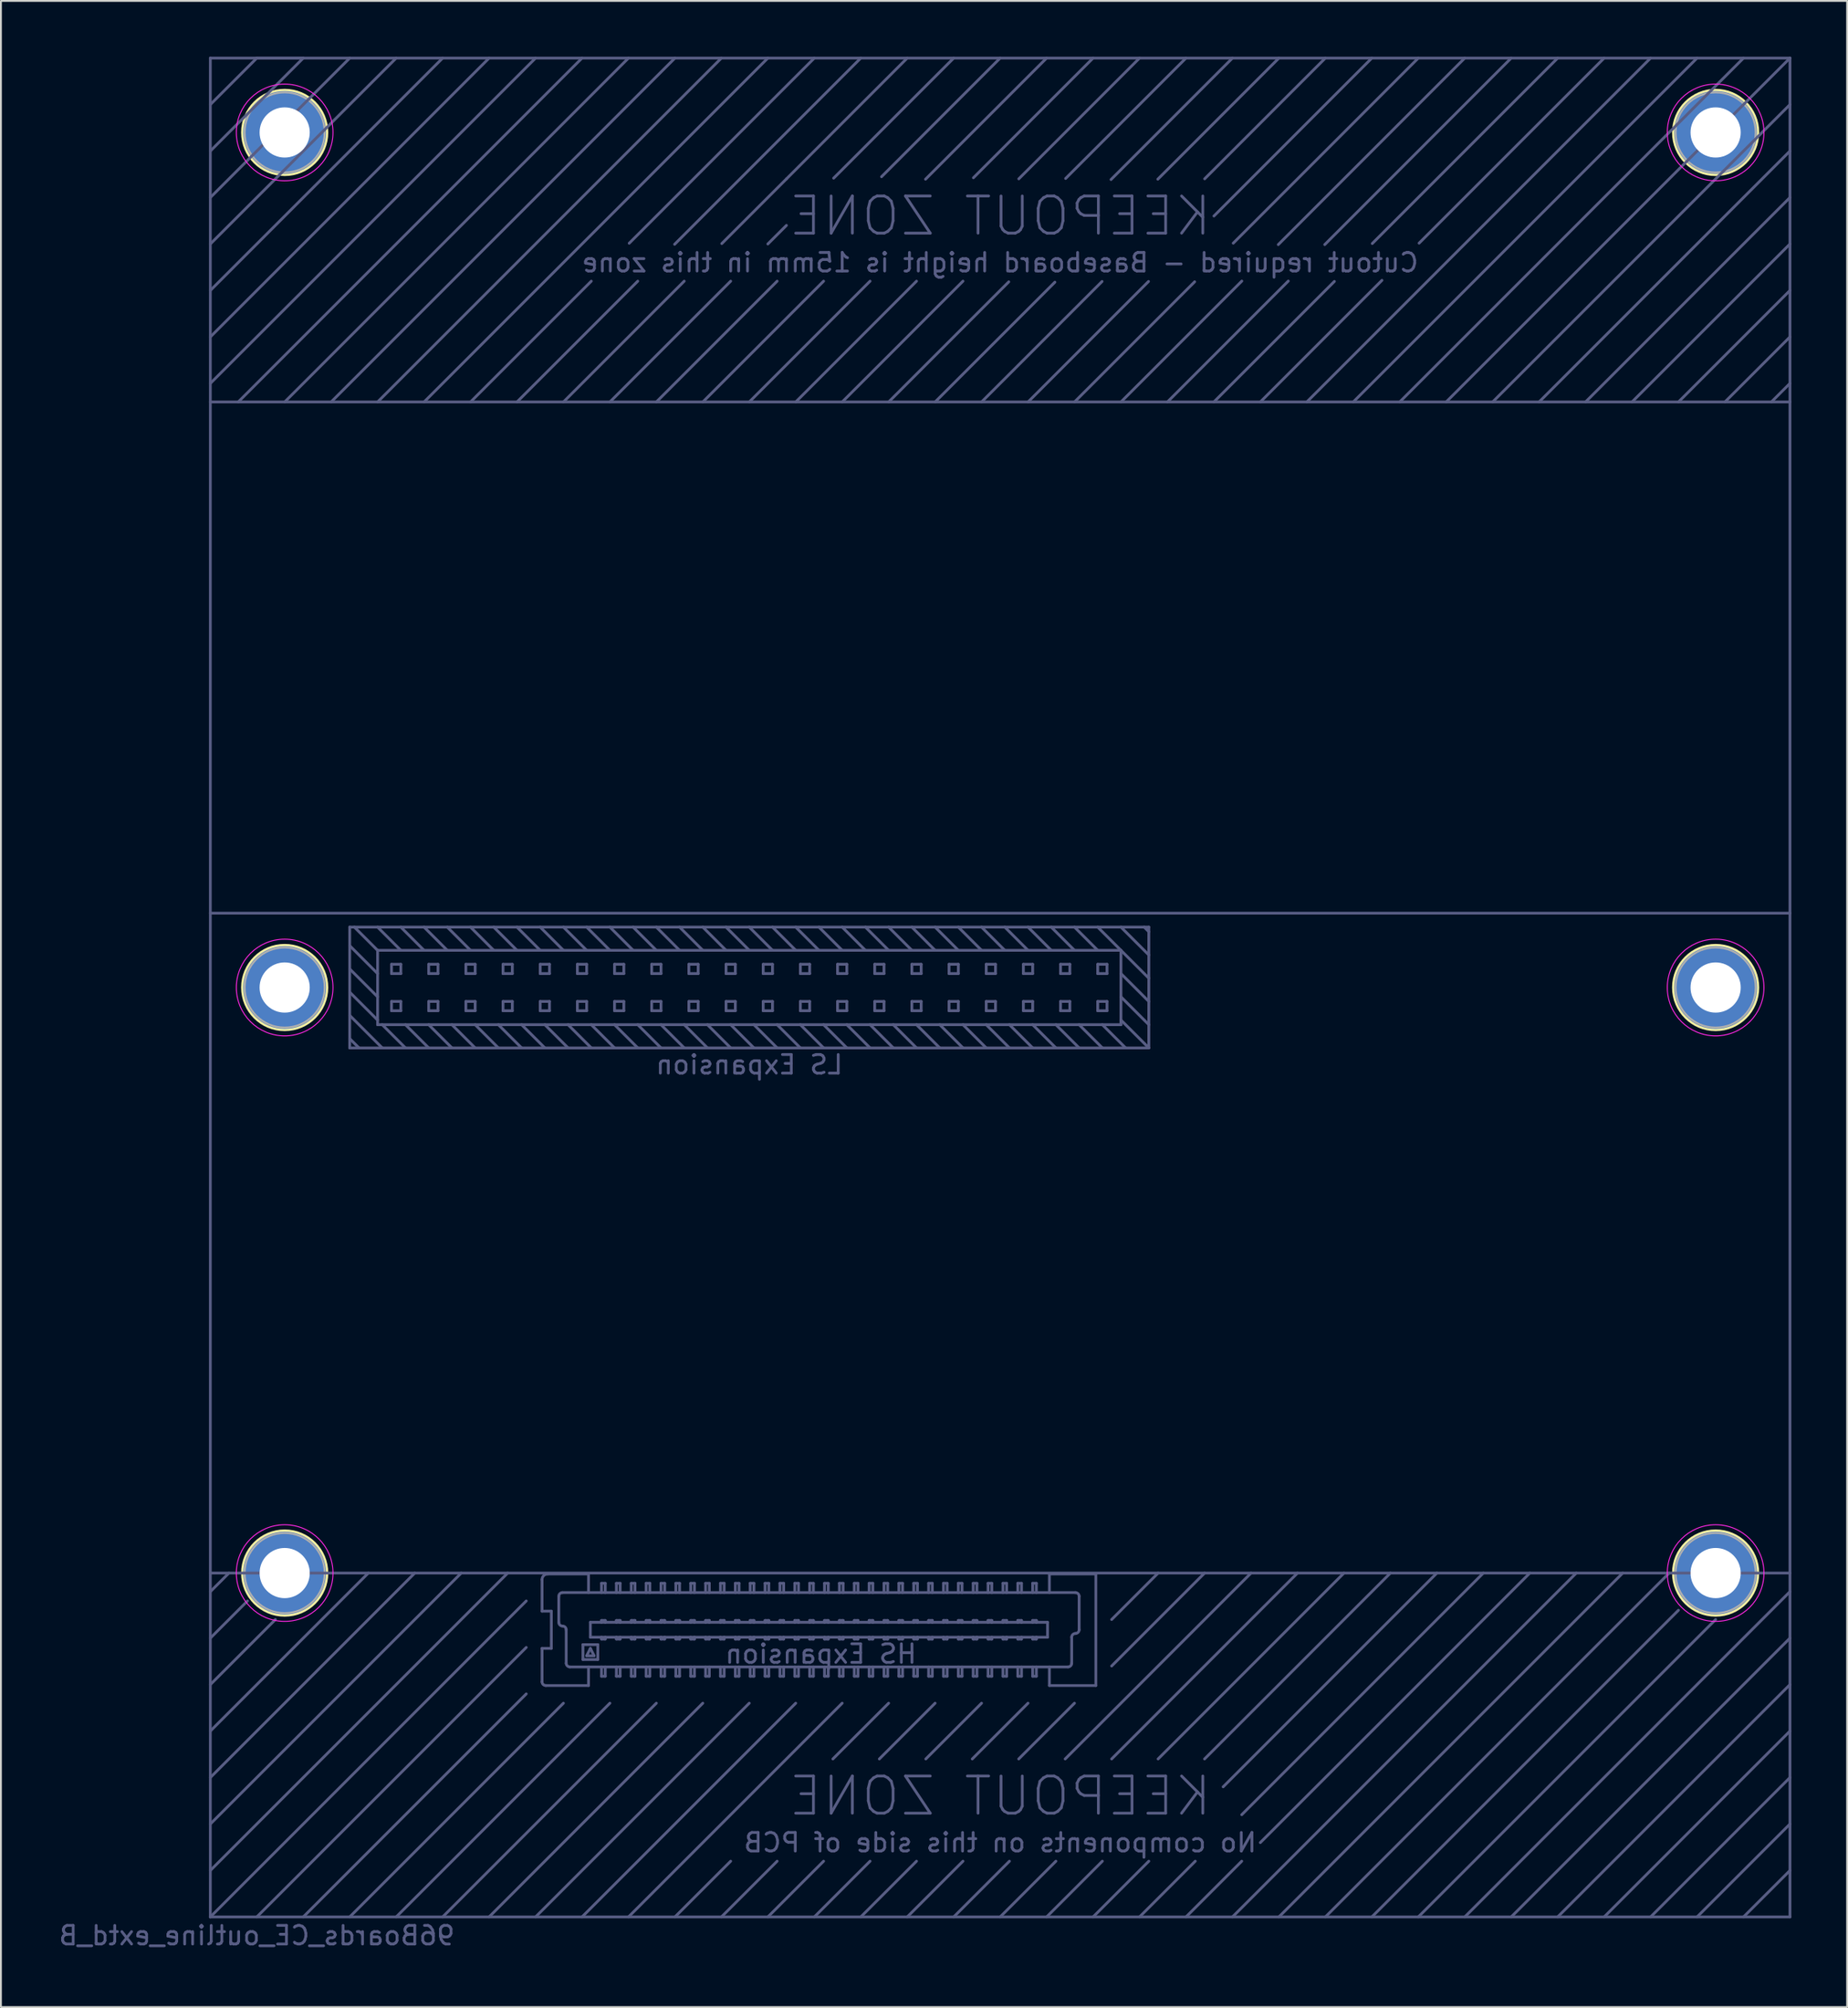
<source format=kicad_pcb>
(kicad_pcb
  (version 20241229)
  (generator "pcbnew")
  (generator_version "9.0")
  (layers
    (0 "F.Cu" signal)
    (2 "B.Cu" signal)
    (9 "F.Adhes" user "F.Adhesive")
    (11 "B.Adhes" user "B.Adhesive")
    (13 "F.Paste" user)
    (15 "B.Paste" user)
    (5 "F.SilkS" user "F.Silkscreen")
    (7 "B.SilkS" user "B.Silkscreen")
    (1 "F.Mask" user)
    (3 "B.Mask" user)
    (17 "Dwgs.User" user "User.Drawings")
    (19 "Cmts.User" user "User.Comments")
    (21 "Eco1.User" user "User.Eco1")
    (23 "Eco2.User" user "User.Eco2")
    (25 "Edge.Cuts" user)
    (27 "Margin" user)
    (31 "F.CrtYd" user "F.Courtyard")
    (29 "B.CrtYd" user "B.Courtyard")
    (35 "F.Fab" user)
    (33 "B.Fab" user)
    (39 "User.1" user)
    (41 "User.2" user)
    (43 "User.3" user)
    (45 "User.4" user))
  (footprint "96Boards_CE_outline_extd_B"
    (layer "F.Cu")
    (at 8.268 100.075)
    (property "Reference" "96Boards_CE_outline_extd_B" (at 2.5 1 0) (layer "B.Fab") (effects (font (size 1 1) (thickness 0.15)) (justify mirror)))
    (attr through_hole)
    (fp_circle (center 4 -96) (end 4 -98.286) (stroke (width 0.12) (type solid)) (fill no) (layer "F.SilkS"))
    (fp_circle (center 4 -50) (end 4 -52.286) (stroke (width 0.12) (type solid)) (fill no) (layer "F.SilkS"))
    (fp_circle (center 4 -18.5) (end 4 -20.786) (stroke (width 0.12) (type solid)) (fill no) (layer "F.SilkS"))
    (fp_circle (center 81 -96) (end 81 -98.286) (stroke (width 0.12) (type solid)) (fill no) (layer "F.SilkS"))
    (fp_circle (center 81 -50) (end 81 -52.286) (stroke (width 0.12) (type solid)) (fill no) (layer "F.SilkS"))
    (fp_circle (center 81 -18.5) (end 81 -20.786) (stroke (width 0.12) (type solid)) (fill no) (layer "F.SilkS"))
    (fp_circle (center 4 -96) (end 6.6 -96) (stroke (width 0.05) (type solid)) (fill no) (layer "F.CrtYd"))
    (fp_circle (center 4 -50) (end 6.6 -50) (stroke (width 0.05) (type solid)) (fill no) (layer "F.CrtYd"))
    (fp_circle (center 4 -18.5) (end 6.6 -18.5) (stroke (width 0.05) (type solid)) (fill no) (layer "F.CrtYd"))
    (fp_circle (center 81 -96) (end 83.6 -96) (stroke (width 0.05) (type solid)) (fill no) (layer "F.CrtYd"))
    (fp_circle (center 81 -50) (end 83.6 -50) (stroke (width 0.05) (type solid)) (fill no) (layer "F.CrtYd"))
    (fp_circle (center 81 -18.5) (end 83.6 -18.5) (stroke (width 0.05) (type solid)) (fill no) (layer "F.CrtYd"))
    (fp_line (start 0 -100) (end 85 -100) (stroke (width 0.15) (type solid)) (layer "B.Fab"))
    (fp_line (start 0 -97.5) (end 2.5 -100) (stroke (width 0.15) (type solid)) (layer "B.Fab"))
    (fp_line (start 0 -92.5) (end 7.5 -100) (stroke (width 0.15) (type solid)) (layer "B.Fab"))
    (fp_line (start 0 -90) (end 10 -100) (stroke (width 0.15) (type solid)) (layer "B.Fab"))
    (fp_line (start 0 -87.5) (end 12.5 -100) (stroke (width 0.15) (type solid)) (layer "B.Fab"))
    (fp_line (start 0 -85) (end 15 -100) (stroke (width 0.15) (type solid)) (layer "B.Fab"))
    (fp_line (start 0 -82.5) (end 17.5 -100) (stroke (width 0.15) (type solid)) (layer "B.Fab"))
    (fp_line (start 0 -81.507) (end 0 -100) (stroke (width 0.15) (type solid)) (layer "B.Fab"))
    (fp_line (start 0 -81.5) (end 85 -81.5) (stroke (width 0.15) (type solid)) (layer "B.Fab"))
    (fp_line (start 0 -54.004) (end 0 -81.507) (stroke (width 0.15) (type solid)) (layer "B.Fab"))
    (fp_line (start 0 -54) (end 85 -54) (stroke (width 0.15) (type solid)) (layer "B.Fab"))
    (fp_line (start 0 -18.5) (end 85 -18.5) (stroke (width 0.15) (type solid)) (layer "B.Fab"))
    (fp_line (start 0 -17.5) (end 1 -18.5) (stroke (width 0.15) (type solid)) (layer "B.Fab"))
    (fp_line (start 0 -15) (end 2 -17) (stroke (width 0.15) (type solid)) (layer "B.Fab"))
    (fp_line (start 0 -12.5) (end 3.5 -16) (stroke (width 0.15) (type solid)) (layer "B.Fab"))
    (fp_line (start 0 -10) (end 8.5 -18.5) (stroke (width 0.15) (type solid)) (layer "B.Fab"))
    (fp_line (start 0 -7.5) (end 11 -18.5) (stroke (width 0.15) (type solid)) (layer "B.Fab"))
    (fp_line (start 0 -5) (end 13.5 -18.5) (stroke (width 0.15) (type solid)) (layer "B.Fab"))
    (fp_line (start 0 -2.5) (end 16 -18.5) (stroke (width 0.15) (type solid)) (layer "B.Fab"))
    (fp_line (start 0 0) (end 0 -54.004) (stroke (width 0.15) (type solid)) (layer "B.Fab"))
    (fp_line (start 0 0) (end 17 -17) (stroke (width 0.15) (type solid)) (layer "B.Fab"))
    (fp_line (start 1.5 -81.5) (end 20 -100) (stroke (width 0.15) (type solid)) (layer "B.Fab"))
    (fp_line (start 2.5 -100) (end 5 -100) (stroke (width 0.15) (type solid)) (layer "B.Fab"))
    (fp_line (start 2.5 0) (end 17 -14.5) (stroke (width 0.15) (type solid)) (layer "B.Fab"))
    (fp_line (start 4 -81.5) (end 22.5 -100) (stroke (width 0.15) (type solid)) (layer "B.Fab"))
    (fp_line (start 5 -100) (end 0 -95) (stroke (width 0.15) (type solid)) (layer "B.Fab"))
    (fp_line (start 5 0) (end 17 -12) (stroke (width 0.15) (type solid)) (layer "B.Fab"))
    (fp_line (start 6.5 -81.5) (end 25 -100) (stroke (width 0.15) (type solid)) (layer "B.Fab"))
    (fp_line (start 7.5 -53.25) (end 50.5 -53.25) (stroke (width 0.15) (type solid)) (layer "B.Fab"))
    (fp_line (start 7.5 -46.75) (end 7.5 -53.25) (stroke (width 0.15) (type solid)) (layer "B.Fab"))
    (fp_line (start 7.5 0) (end 19 -11.5) (stroke (width 0.15) (type solid)) (layer "B.Fab"))
    (fp_line (start 8 -46.75) (end 7.5 -47.25) (stroke (width 0.15) (type solid)) (layer "B.Fab"))
    (fp_line (start 9 -81.5) (end 27.5 -100) (stroke (width 0.15) (type solid)) (layer "B.Fab"))
    (fp_line (start 9 -52) (end 7.75 -53.25) (stroke (width 0.15) (type solid)) (layer "B.Fab"))
    (fp_line (start 9 -52) (end 49 -52) (stroke (width 0.15) (type solid)) (layer "B.Fab"))
    (fp_line (start 9 -50.75) (end 7.5 -52.25) (stroke (width 0.15) (type solid)) (layer "B.Fab"))
    (fp_line (start 9 -49.5) (end 7.5 -51) (stroke (width 0.15) (type solid)) (layer "B.Fab"))
    (fp_line (start 9 -48.25) (end 7.5 -49.75) (stroke (width 0.15) (type solid)) (layer "B.Fab"))
    (fp_line (start 9 -48) (end 9 -52) (stroke (width 0.15) (type solid)) (layer "B.Fab"))
    (fp_line (start 9.25 -46.75) (end 7.5 -48.5) (stroke (width 0.15) (type solid)) (layer "B.Fab"))
    (fp_line (start 9.75 -51.25) (end 9.75 -50.75) (stroke (width 0.15) (type solid)) (layer "B.Fab"))
    (fp_line (start 9.75 -51.25) (end 10.25 -51.25) (stroke (width 0.15) (type solid)) (layer "B.Fab"))
    (fp_line (start 9.75 -49.25) (end 10.25 -49.25) (stroke (width 0.15) (type solid)) (layer "B.Fab"))
    (fp_line (start 9.75 -48.75) (end 9.75 -49.25) (stroke (width 0.15) (type solid)) (layer "B.Fab"))
    (fp_line (start 10 0) (end 21.5 -11.5) (stroke (width 0.15) (type solid)) (layer "B.Fab"))
    (fp_line (start 10.25 -52) (end 9 -53.25) (stroke (width 0.15) (type solid)) (layer "B.Fab"))
    (fp_line (start 10.25 -51.25) (end 10.25 -50.75) (stroke (width 0.15) (type solid)) (layer "B.Fab"))
    (fp_line (start 10.25 -50.75) (end 9.75 -50.75) (stroke (width 0.15) (type solid)) (layer "B.Fab"))
    (fp_line (start 10.25 -49.25) (end 10.25 -48.75) (stroke (width 0.15) (type solid)) (layer "B.Fab"))
    (fp_line (start 10.25 -48.75) (end 9.75 -48.75) (stroke (width 0.15) (type solid)) (layer "B.Fab"))
    (fp_line (start 10.5 -46.75) (end 9.25 -48) (stroke (width 0.15) (type solid)) (layer "B.Fab"))
    (fp_line (start 11.5 -81.5) (end 30 -100) (stroke (width 0.15) (type solid)) (layer "B.Fab"))
    (fp_line (start 11.5 -52) (end 10.25 -53.25) (stroke (width 0.15) (type solid)) (layer "B.Fab"))
    (fp_line (start 11.75 -51.25) (end 11.75 -50.75) (stroke (width 0.15) (type solid)) (layer "B.Fab"))
    (fp_line (start 11.75 -51.25) (end 12.25 -51.25) (stroke (width 0.15) (type solid)) (layer "B.Fab"))
    (fp_line (start 11.75 -49.25) (end 12.25 -49.25) (stroke (width 0.15) (type solid)) (layer "B.Fab"))
    (fp_line (start 11.75 -48.75) (end 11.75 -49.25) (stroke (width 0.15) (type solid)) (layer "B.Fab"))
    (fp_line (start 11.75 -46.75) (end 10.5 -48) (stroke (width 0.15) (type solid)) (layer "B.Fab"))
    (fp_line (start 12.25 -51.25) (end 12.25 -50.75) (stroke (width 0.15) (type solid)) (layer "B.Fab"))
    (fp_line (start 12.25 -50.75) (end 11.75 -50.75) (stroke (width 0.15) (type solid)) (layer "B.Fab"))
    (fp_line (start 12.25 -49.25) (end 12.25 -48.75) (stroke (width 0.15) (type solid)) (layer "B.Fab"))
    (fp_line (start 12.25 -48.75) (end 11.75 -48.75) (stroke (width 0.15) (type solid)) (layer "B.Fab"))
    (fp_line (start 12.5 0) (end 24 -11.5) (stroke (width 0.15) (type solid)) (layer "B.Fab"))
    (fp_line (start 12.75 -52) (end 11.5 -53.25) (stroke (width 0.15) (type solid)) (layer "B.Fab"))
    (fp_line (start 13 -46.75) (end 11.75 -48) (stroke (width 0.15) (type solid)) (layer "B.Fab"))
    (fp_line (start 13.75 -51.25) (end 13.75 -50.75) (stroke (width 0.15) (type solid)) (layer "B.Fab"))
    (fp_line (start 13.75 -51.25) (end 14.25 -51.25) (stroke (width 0.15) (type solid)) (layer "B.Fab"))
    (fp_line (start 13.75 -49.25) (end 14.25 -49.25) (stroke (width 0.15) (type solid)) (layer "B.Fab"))
    (fp_line (start 13.75 -48.75) (end 13.75 -49.25) (stroke (width 0.15) (type solid)) (layer "B.Fab"))
    (fp_line (start 14 -81.5) (end 20.5 -88) (stroke (width 0.15) (type solid)) (layer "B.Fab"))
    (fp_line (start 14 -52) (end 12.75 -53.25) (stroke (width 0.15) (type solid)) (layer "B.Fab"))
    (fp_line (start 14.25 -51.25) (end 14.25 -50.75) (stroke (width 0.15) (type solid)) (layer "B.Fab"))
    (fp_line (start 14.25 -50.75) (end 13.75 -50.75) (stroke (width 0.15) (type solid)) (layer "B.Fab"))
    (fp_line (start 14.25 -49.25) (end 14.25 -48.75) (stroke (width 0.15) (type solid)) (layer "B.Fab"))
    (fp_line (start 14.25 -48.75) (end 13.75 -48.75) (stroke (width 0.15) (type solid)) (layer "B.Fab"))
    (fp_line (start 14.25 -46.75) (end 13 -48) (stroke (width 0.15) (type solid)) (layer "B.Fab"))
    (fp_line (start 15 0) (end 26.5 -11.5) (stroke (width 0.15) (type solid)) (layer "B.Fab"))
    (fp_line (start 15.25 -52) (end 14 -53.25) (stroke (width 0.15) (type solid)) (layer "B.Fab"))
    (fp_line (start 15.5 -46.75) (end 14.25 -48) (stroke (width 0.15) (type solid)) (layer "B.Fab"))
    (fp_line (start 15.75 -51.25) (end 15.75 -50.75) (stroke (width 0.15) (type solid)) (layer "B.Fab"))
    (fp_line (start 15.75 -51.25) (end 16.25 -51.25) (stroke (width 0.15) (type solid)) (layer "B.Fab"))
    (fp_line (start 15.75 -49.25) (end 16.25 -49.25) (stroke (width 0.15) (type solid)) (layer "B.Fab"))
    (fp_line (start 15.75 -48.75) (end 15.75 -49.25) (stroke (width 0.15) (type solid)) (layer "B.Fab"))
    (fp_line (start 16.25 -51.25) (end 16.25 -50.75) (stroke (width 0.15) (type solid)) (layer "B.Fab"))
    (fp_line (start 16.25 -50.75) (end 15.75 -50.75) (stroke (width 0.15) (type solid)) (layer "B.Fab"))
    (fp_line (start 16.25 -49.25) (end 16.25 -48.75) (stroke (width 0.15) (type solid)) (layer "B.Fab"))
    (fp_line (start 16.25 -48.75) (end 15.75 -48.75) (stroke (width 0.15) (type solid)) (layer "B.Fab"))
    (fp_line (start 16.5 -81.5) (end 23 -88) (stroke (width 0.15) (type solid)) (layer "B.Fab"))
    (fp_line (start 16.5 -52) (end 15.25 -53.25) (stroke (width 0.15) (type solid)) (layer "B.Fab"))
    (fp_line (start 16.75 -46.75) (end 15.5 -48) (stroke (width 0.15) (type solid)) (layer "B.Fab"))
    (fp_line (start 17.5 0) (end 29 -11.5) (stroke (width 0.15) (type solid)) (layer "B.Fab"))
    (fp_line (start 17.75 -52) (end 16.5 -53.25) (stroke (width 0.15) (type solid)) (layer "B.Fab"))
    (fp_line (start 17.75 -51.25) (end 17.75 -50.75) (stroke (width 0.15) (type solid)) (layer "B.Fab"))
    (fp_line (start 17.75 -51.25) (end 18.25 -51.25) (stroke (width 0.15) (type solid)) (layer "B.Fab"))
    (fp_line (start 17.75 -49.25) (end 18.25 -49.25) (stroke (width 0.15) (type solid)) (layer "B.Fab"))
    (fp_line (start 17.75 -48.75) (end 17.75 -49.25) (stroke (width 0.15) (type solid)) (layer "B.Fab"))
    (fp_line (start 17.85 -18.15) (end 17.85 -16.45) (stroke (width 0.15) (type solid)) (layer "B.Fab"))
    (fp_line (start 17.85 -16.45) (end 18.35 -16.45) (stroke (width 0.15) (type solid)) (layer "B.Fab"))
    (fp_line (start 17.85 -14.45) (end 17.85 -12.65) (stroke (width 0.15) (type solid)) (layer "B.Fab"))
    (fp_line (start 18 -46.75) (end 16.75 -48) (stroke (width 0.15) (type solid)) (layer "B.Fab"))
    (fp_line (start 18.05 -12.45) (end 20.35 -12.45) (stroke (width 0.15) (type solid)) (layer "B.Fab"))
    (fp_line (start 18.25 -51.25) (end 18.25 -50.75) (stroke (width 0.15) (type solid)) (layer "B.Fab"))
    (fp_line (start 18.25 -50.75) (end 17.75 -50.75) (stroke (width 0.15) (type solid)) (layer "B.Fab"))
    (fp_line (start 18.25 -49.25) (end 18.25 -48.75) (stroke (width 0.15) (type solid)) (layer "B.Fab"))
    (fp_line (start 18.25 -48.75) (end 17.75 -48.75) (stroke (width 0.15) (type solid)) (layer "B.Fab"))
    (fp_line (start 18.35 -16.45) (end 18.35 -14.45) (stroke (width 0.15) (type solid)) (layer "B.Fab"))
    (fp_line (start 18.35 -14.45) (end 17.85 -14.45) (stroke (width 0.15) (type solid)) (layer "B.Fab"))
    (fp_line (start 18.75 -15.85) (end 18.75 -17.25) (stroke (width 0.15) (type solid)) (layer "B.Fab"))
    (fp_line (start 18.95 -17.45) (end 46.55 -17.45) (stroke (width 0.15) (type solid)) (layer "B.Fab"))
    (fp_line (start 19 -81.5) (end 25.5 -88) (stroke (width 0.15) (type solid)) (layer "B.Fab"))
    (fp_line (start 19 -52) (end 17.75 -53.25) (stroke (width 0.15) (type solid)) (layer "B.Fab"))
    (fp_line (start 19.15 -15.45) (end 19.15 -13.65) (stroke (width 0.15) (type solid)) (layer "B.Fab"))
    (fp_line (start 19.25 -46.75) (end 18 -48) (stroke (width 0.15) (type solid)) (layer "B.Fab"))
    (fp_line (start 19.35 -13.45) (end 46.15 -13.45) (stroke (width 0.15) (type solid)) (layer "B.Fab"))
    (fp_line (start 19.75 -51.25) (end 19.75 -50.75) (stroke (width 0.15) (type solid)) (layer "B.Fab"))
    (fp_line (start 19.75 -51.25) (end 20.25 -51.25) (stroke (width 0.15) (type solid)) (layer "B.Fab"))
    (fp_line (start 19.75 -49.25) (end 20.25 -49.25) (stroke (width 0.15) (type solid)) (layer "B.Fab"))
    (fp_line (start 19.75 -48.75) (end 19.75 -49.25) (stroke (width 0.15) (type solid)) (layer "B.Fab"))
    (fp_line (start 20 0) (end 31.5 -11.5) (stroke (width 0.15) (type solid)) (layer "B.Fab"))
    (fp_line (start 20.05 -14.65) (end 20.85 -14.65) (stroke (width 0.15) (type solid)) (layer "B.Fab"))
    (fp_line (start 20.05 -13.85) (end 20.05 -14.65) (stroke (width 0.15) (type solid)) (layer "B.Fab"))
    (fp_line (start 20.25 -52) (end 19 -53.25) (stroke (width 0.15) (type solid)) (layer "B.Fab"))
    (fp_line (start 20.25 -51.25) (end 20.25 -50.75) (stroke (width 0.15) (type solid)) (layer "B.Fab"))
    (fp_line (start 20.25 -50.75) (end 19.75 -50.75) (stroke (width 0.15) (type solid)) (layer "B.Fab"))
    (fp_line (start 20.25 -49.25) (end 20.25 -48.75) (stroke (width 0.15) (type solid)) (layer "B.Fab"))
    (fp_line (start 20.25 -48.75) (end 19.75 -48.75) (stroke (width 0.15) (type solid)) (layer "B.Fab"))
    (fp_line (start 20.25 -14.05) (end 20.65 -14.05) (stroke (width 0.15) (type solid)) (layer "B.Fab"))
    (fp_line (start 20.35 -18.45) (end 18.15 -18.45) (stroke (width 0.15) (type solid)) (layer "B.Fab"))
    (fp_line (start 20.35 -18.45) (end 20.35 -17.45) (stroke (width 0.15) (type solid)) (layer "B.Fab"))
    (fp_line (start 20.35 -12.45) (end 20.35 -13.45) (stroke (width 0.15) (type solid)) (layer "B.Fab"))
    (fp_line (start 20.45 -15.85) (end 20.45 -15.05) (stroke (width 0.15) (type solid)) (layer "B.Fab"))
    (fp_line (start 20.45 -15.05) (end 45.05 -15.05) (stroke (width 0.15) (type solid)) (layer "B.Fab"))
    (fp_line (start 20.45 -14.45) (end 20.25 -14.05) (stroke (width 0.15) (type solid)) (layer "B.Fab"))
    (fp_line (start 20.5 -46.75) (end 19.25 -48) (stroke (width 0.15) (type solid)) (layer "B.Fab"))
    (fp_line (start 20.65 -14.05) (end 20.45 -14.45) (stroke (width 0.15) (type solid)) (layer "B.Fab"))
    (fp_line (start 20.85 -14.65) (end 20.85 -13.85) (stroke (width 0.15) (type solid)) (layer "B.Fab"))
    (fp_line (start 20.85 -13.85) (end 20.05 -13.85) (stroke (width 0.15) (type solid)) (layer "B.Fab"))
    (fp_line (start 21.05 -17.95) (end 21.25 -17.95) (stroke (width 0.15) (type solid)) (layer "B.Fab"))
    (fp_line (start 21.05 -17.45) (end 21.05 -17.95) (stroke (width 0.15) (type solid)) (layer "B.Fab"))
    (fp_line (start 21.05 -15.95) (end 21.25 -15.95) (stroke (width 0.15) (type solid)) (layer "B.Fab"))
    (fp_line (start 21.05 -15.85) (end 21.05 -15.95) (stroke (width 0.15) (type solid)) (layer "B.Fab"))
    (fp_line (start 21.05 -15.05) (end 21.05 -14.95) (stroke (width 0.15) (type solid)) (layer "B.Fab"))
    (fp_line (start 21.05 -14.95) (end 21.25 -14.95) (stroke (width 0.15) (type solid)) (layer "B.Fab"))
    (fp_line (start 21.05 -13.45) (end 21.05 -12.95) (stroke (width 0.15) (type solid)) (layer "B.Fab"))
    (fp_line (start 21.05 -12.95) (end 21.25 -12.95) (stroke (width 0.15) (type solid)) (layer "B.Fab"))
    (fp_line (start 21.25 -17.95) (end 21.25 -17.45) (stroke (width 0.15) (type solid)) (layer "B.Fab"))
    (fp_line (start 21.25 -15.95) (end 21.25 -15.85) (stroke (width 0.15) (type solid)) (layer "B.Fab"))
    (fp_line (start 21.25 -14.95) (end 21.25 -15.05) (stroke (width 0.15) (type solid)) (layer "B.Fab"))
    (fp_line (start 21.25 -12.95) (end 21.25 -13.45) (stroke (width 0.15) (type solid)) (layer "B.Fab"))
    (fp_line (start 21.5 -81.5) (end 28 -88) (stroke (width 0.15) (type solid)) (layer "B.Fab"))
    (fp_line (start 21.5 -52) (end 20.25 -53.25) (stroke (width 0.15) (type solid)) (layer "B.Fab"))
    (fp_line (start 21.75 -51.25) (end 21.75 -50.75) (stroke (width 0.15) (type solid)) (layer "B.Fab"))
    (fp_line (start 21.75 -51.25) (end 22.25 -51.25) (stroke (width 0.15) (type solid)) (layer "B.Fab"))
    (fp_line (start 21.75 -49.25) (end 22.25 -49.25) (stroke (width 0.15) (type solid)) (layer "B.Fab"))
    (fp_line (start 21.75 -48.75) (end 21.75 -49.25) (stroke (width 0.15) (type solid)) (layer "B.Fab"))
    (fp_line (start 21.75 -46.75) (end 20.5 -48) (stroke (width 0.15) (type solid)) (layer "B.Fab"))
    (fp_line (start 21.85 -17.95) (end 22.05 -17.95) (stroke (width 0.15) (type solid)) (layer "B.Fab"))
    (fp_line (start 21.85 -17.45) (end 21.85 -17.95) (stroke (width 0.15) (type solid)) (layer "B.Fab"))
    (fp_line (start 21.85 -15.95) (end 22.05 -15.95) (stroke (width 0.15) (type solid)) (layer "B.Fab"))
    (fp_line (start 21.85 -15.85) (end 21.85 -15.95) (stroke (width 0.15) (type solid)) (layer "B.Fab"))
    (fp_line (start 21.85 -15.05) (end 21.85 -14.95) (stroke (width 0.15) (type solid)) (layer "B.Fab"))
    (fp_line (start 21.85 -14.95) (end 22.05 -14.95) (stroke (width 0.15) (type solid)) (layer "B.Fab"))
    (fp_line (start 21.85 -13.45) (end 21.85 -12.95) (stroke (width 0.15) (type solid)) (layer "B.Fab"))
    (fp_line (start 21.85 -12.95) (end 22.05 -12.95) (stroke (width 0.15) (type solid)) (layer "B.Fab"))
    (fp_line (start 22.05 -17.95) (end 22.05 -17.45) (stroke (width 0.15) (type solid)) (layer "B.Fab"))
    (fp_line (start 22.05 -15.95) (end 22.05 -15.85) (stroke (width 0.15) (type solid)) (layer "B.Fab"))
    (fp_line (start 22.05 -14.95) (end 22.05 -15.05) (stroke (width 0.15) (type solid)) (layer "B.Fab"))
    (fp_line (start 22.05 -12.95) (end 22.05 -13.45) (stroke (width 0.15) (type solid)) (layer "B.Fab"))
    (fp_line (start 22.25 -51.25) (end 22.25 -50.75) (stroke (width 0.15) (type solid)) (layer "B.Fab"))
    (fp_line (start 22.25 -50.75) (end 21.75 -50.75) (stroke (width 0.15) (type solid)) (layer "B.Fab"))
    (fp_line (start 22.25 -49.25) (end 22.25 -48.75) (stroke (width 0.15) (type solid)) (layer "B.Fab"))
    (fp_line (start 22.25 -48.75) (end 21.75 -48.75) (stroke (width 0.15) (type solid)) (layer "B.Fab"))
    (fp_line (start 22.5 0) (end 34 -11.5) (stroke (width 0.15) (type solid)) (layer "B.Fab"))
    (fp_line (start 22.539 -90.039) (end 32.5 -100) (stroke (width 0.15) (type solid)) (layer "B.Fab"))
    (fp_line (start 22.65 -17.95) (end 22.85 -17.95) (stroke (width 0.15) (type solid)) (layer "B.Fab"))
    (fp_line (start 22.65 -17.45) (end 22.65 -17.95) (stroke (width 0.15) (type solid)) (layer "B.Fab"))
    (fp_line (start 22.65 -15.95) (end 22.85 -15.95) (stroke (width 0.15) (type solid)) (layer "B.Fab"))
    (fp_line (start 22.65 -15.85) (end 22.65 -15.95) (stroke (width 0.15) (type solid)) (layer "B.Fab"))
    (fp_line (start 22.65 -15.05) (end 22.65 -14.95) (stroke (width 0.15) (type solid)) (layer "B.Fab"))
    (fp_line (start 22.65 -14.95) (end 22.85 -14.95) (stroke (width 0.15) (type solid)) (layer "B.Fab"))
    (fp_line (start 22.65 -13.45) (end 22.65 -12.95) (stroke (width 0.15) (type solid)) (layer "B.Fab"))
    (fp_line (start 22.65 -12.95) (end 22.85 -12.95) (stroke (width 0.15) (type solid)) (layer "B.Fab"))
    (fp_line (start 22.75 -52) (end 21.5 -53.25) (stroke (width 0.15) (type solid)) (layer "B.Fab"))
    (fp_line (start 22.85 -17.95) (end 22.85 -17.45) (stroke (width 0.15) (type solid)) (layer "B.Fab"))
    (fp_line (start 22.85 -15.95) (end 22.85 -15.85) (stroke (width 0.15) (type solid)) (layer "B.Fab"))
    (fp_line (start 22.85 -14.95) (end 22.85 -15.05) (stroke (width 0.15) (type solid)) (layer "B.Fab"))
    (fp_line (start 22.85 -12.95) (end 22.85 -13.45) (stroke (width 0.15) (type solid)) (layer "B.Fab"))
    (fp_line (start 23 -46.75) (end 21.75 -48) (stroke (width 0.15) (type solid)) (layer "B.Fab"))
    (fp_line (start 23.45 -17.95) (end 23.65 -17.95) (stroke (width 0.15) (type solid)) (layer "B.Fab"))
    (fp_line (start 23.45 -17.45) (end 23.45 -17.95) (stroke (width 0.15) (type solid)) (layer "B.Fab"))
    (fp_line (start 23.45 -15.95) (end 23.65 -15.95) (stroke (width 0.15) (type solid)) (layer "B.Fab"))
    (fp_line (start 23.45 -15.85) (end 23.45 -15.95) (stroke (width 0.15) (type solid)) (layer "B.Fab"))
    (fp_line (start 23.45 -15.05) (end 23.45 -14.95) (stroke (width 0.15) (type solid)) (layer "B.Fab"))
    (fp_line (start 23.45 -14.95) (end 23.65 -14.95) (stroke (width 0.15) (type solid)) (layer "B.Fab"))
    (fp_line (start 23.45 -13.45) (end 23.45 -12.95) (stroke (width 0.15) (type solid)) (layer "B.Fab"))
    (fp_line (start 23.45 -12.95) (end 23.65 -12.95) (stroke (width 0.15) (type solid)) (layer "B.Fab"))
    (fp_line (start 23.65 -17.95) (end 23.65 -17.45) (stroke (width 0.15) (type solid)) (layer "B.Fab"))
    (fp_line (start 23.65 -15.95) (end 23.65 -15.85) (stroke (width 0.15) (type solid)) (layer "B.Fab"))
    (fp_line (start 23.65 -14.95) (end 23.65 -15.05) (stroke (width 0.15) (type solid)) (layer "B.Fab"))
    (fp_line (start 23.65 -12.95) (end 23.65 -13.45) (stroke (width 0.15) (type solid)) (layer "B.Fab"))
    (fp_line (start 23.75 -51.25) (end 23.75 -50.75) (stroke (width 0.15) (type solid)) (layer "B.Fab"))
    (fp_line (start 23.75 -51.25) (end 24.25 -51.25) (stroke (width 0.15) (type solid)) (layer "B.Fab"))
    (fp_line (start 23.75 -49.25) (end 24.25 -49.25) (stroke (width 0.15) (type solid)) (layer "B.Fab"))
    (fp_line (start 23.75 -48.75) (end 23.75 -49.25) (stroke (width 0.15) (type solid)) (layer "B.Fab"))
    (fp_line (start 24 -81.5) (end 30.5 -88) (stroke (width 0.15) (type solid)) (layer "B.Fab"))
    (fp_line (start 24 -52) (end 22.75 -53.25) (stroke (width 0.15) (type solid)) (layer "B.Fab"))
    (fp_line (start 24.25 -51.25) (end 24.25 -50.75) (stroke (width 0.15) (type solid)) (layer "B.Fab"))
    (fp_line (start 24.25 -50.75) (end 23.75 -50.75) (stroke (width 0.15) (type solid)) (layer "B.Fab"))
    (fp_line (start 24.25 -49.25) (end 24.25 -48.75) (stroke (width 0.15) (type solid)) (layer "B.Fab"))
    (fp_line (start 24.25 -48.75) (end 23.75 -48.75) (stroke (width 0.15) (type solid)) (layer "B.Fab"))
    (fp_line (start 24.25 -46.75) (end 23 -48) (stroke (width 0.15) (type solid)) (layer "B.Fab"))
    (fp_line (start 24.25 -17.95) (end 24.45 -17.95) (stroke (width 0.15) (type solid)) (layer "B.Fab"))
    (fp_line (start 24.25 -17.45) (end 24.25 -17.95) (stroke (width 0.15) (type solid)) (layer "B.Fab"))
    (fp_line (start 24.25 -15.95) (end 24.45 -15.95) (stroke (width 0.15) (type solid)) (layer "B.Fab"))
    (fp_line (start 24.25 -15.85) (end 24.25 -15.95) (stroke (width 0.15) (type solid)) (layer "B.Fab"))
    (fp_line (start 24.25 -15.05) (end 24.25 -14.95) (stroke (width 0.15) (type solid)) (layer "B.Fab"))
    (fp_line (start 24.25 -14.95) (end 24.45 -14.95) (stroke (width 0.15) (type solid)) (layer "B.Fab"))
    (fp_line (start 24.25 -13.45) (end 24.25 -12.95) (stroke (width 0.15) (type solid)) (layer "B.Fab"))
    (fp_line (start 24.25 -12.95) (end 24.45 -12.95) (stroke (width 0.15) (type solid)) (layer "B.Fab"))
    (fp_line (start 24.45 -17.95) (end 24.45 -17.45) (stroke (width 0.15) (type solid)) (layer "B.Fab"))
    (fp_line (start 24.45 -15.95) (end 24.45 -15.85) (stroke (width 0.15) (type solid)) (layer "B.Fab"))
    (fp_line (start 24.45 -14.95) (end 24.45 -15.05) (stroke (width 0.15) (type solid)) (layer "B.Fab"))
    (fp_line (start 24.45 -12.95) (end 24.45 -13.45) (stroke (width 0.15) (type solid)) (layer "B.Fab"))
    (fp_line (start 24.982 -89.982) (end 35 -100) (stroke (width 0.15) (type solid)) (layer "B.Fab"))
    (fp_line (start 25 0) (end 28 -3) (stroke (width 0.15) (type solid)) (layer "B.Fab"))
    (fp_line (start 25.05 -17.95) (end 25.25 -17.95) (stroke (width 0.15) (type solid)) (layer "B.Fab"))
    (fp_line (start 25.05 -17.45) (end 25.05 -17.95) (stroke (width 0.15) (type solid)) (layer "B.Fab"))
    (fp_line (start 25.05 -15.95) (end 25.25 -15.95) (stroke (width 0.15) (type solid)) (layer "B.Fab"))
    (fp_line (start 25.05 -15.85) (end 25.05 -15.95) (stroke (width 0.15) (type solid)) (layer "B.Fab"))
    (fp_line (start 25.05 -15.05) (end 25.05 -14.95) (stroke (width 0.15) (type solid)) (layer "B.Fab"))
    (fp_line (start 25.05 -14.95) (end 25.25 -14.95) (stroke (width 0.15) (type solid)) (layer "B.Fab"))
    (fp_line (start 25.05 -13.45) (end 25.05 -12.95) (stroke (width 0.15) (type solid)) (layer "B.Fab"))
    (fp_line (start 25.05 -12.95) (end 25.25 -12.95) (stroke (width 0.15) (type solid)) (layer "B.Fab"))
    (fp_line (start 25.25 -52) (end 24 -53.25) (stroke (width 0.15) (type solid)) (layer "B.Fab"))
    (fp_line (start 25.25 -17.95) (end 25.25 -17.45) (stroke (width 0.15) (type solid)) (layer "B.Fab"))
    (fp_line (start 25.25 -15.95) (end 25.25 -15.85) (stroke (width 0.15) (type solid)) (layer "B.Fab"))
    (fp_line (start 25.25 -14.95) (end 25.25 -15.05) (stroke (width 0.15) (type solid)) (layer "B.Fab"))
    (fp_line (start 25.25 -12.95) (end 25.25 -13.45) (stroke (width 0.15) (type solid)) (layer "B.Fab"))
    (fp_line (start 25.5 -46.75) (end 24.25 -48) (stroke (width 0.15) (type solid)) (layer "B.Fab"))
    (fp_line (start 25.75 -51.25) (end 25.75 -50.75) (stroke (width 0.15) (type solid)) (layer "B.Fab"))
    (fp_line (start 25.75 -51.25) (end 26.25 -51.25) (stroke (width 0.15) (type solid)) (layer "B.Fab"))
    (fp_line (start 25.75 -49.25) (end 26.25 -49.25) (stroke (width 0.15) (type solid)) (layer "B.Fab"))
    (fp_line (start 25.75 -48.75) (end 25.75 -49.25) (stroke (width 0.15) (type solid)) (layer "B.Fab"))
    (fp_line (start 25.85 -17.95) (end 26.05 -17.95) (stroke (width 0.15) (type solid)) (layer "B.Fab"))
    (fp_line (start 25.85 -17.45) (end 25.85 -17.95) (stroke (width 0.15) (type solid)) (layer "B.Fab"))
    (fp_line (start 25.85 -15.95) (end 26.05 -15.95) (stroke (width 0.15) (type solid)) (layer "B.Fab"))
    (fp_line (start 25.85 -15.85) (end 25.85 -15.95) (stroke (width 0.15) (type solid)) (layer "B.Fab"))
    (fp_line (start 25.85 -15.05) (end 25.85 -14.95) (stroke (width 0.15) (type solid)) (layer "B.Fab"))
    (fp_line (start 25.85 -14.95) (end 26.05 -14.95) (stroke (width 0.15) (type solid)) (layer "B.Fab"))
    (fp_line (start 25.85 -13.45) (end 25.85 -12.95) (stroke (width 0.15) (type solid)) (layer "B.Fab"))
    (fp_line (start 25.85 -12.95) (end 26.05 -12.95) (stroke (width 0.15) (type solid)) (layer "B.Fab"))
    (fp_line (start 26.05 -17.95) (end 26.05 -17.45) (stroke (width 0.15) (type solid)) (layer "B.Fab"))
    (fp_line (start 26.05 -15.95) (end 26.05 -15.85) (stroke (width 0.15) (type solid)) (layer "B.Fab"))
    (fp_line (start 26.05 -14.95) (end 26.05 -15.05) (stroke (width 0.15) (type solid)) (layer "B.Fab"))
    (fp_line (start 26.05 -12.95) (end 26.05 -13.45) (stroke (width 0.15) (type solid)) (layer "B.Fab"))
    (fp_line (start 26.25 -51.25) (end 26.25 -50.75) (stroke (width 0.15) (type solid)) (layer "B.Fab"))
    (fp_line (start 26.25 -50.75) (end 25.75 -50.75) (stroke (width 0.15) (type solid)) (layer "B.Fab"))
    (fp_line (start 26.25 -49.25) (end 26.25 -48.75) (stroke (width 0.15) (type solid)) (layer "B.Fab"))
    (fp_line (start 26.25 -48.75) (end 25.75 -48.75) (stroke (width 0.15) (type solid)) (layer "B.Fab"))
    (fp_line (start 26.5 -81.5) (end 33 -88) (stroke (width 0.15) (type solid)) (layer "B.Fab"))
    (fp_line (start 26.5 -52) (end 25.25 -53.25) (stroke (width 0.15) (type solid)) (layer "B.Fab"))
    (fp_line (start 26.65 -17.95) (end 26.85 -17.95) (stroke (width 0.15) (type solid)) (layer "B.Fab"))
    (fp_line (start 26.65 -17.45) (end 26.65 -17.95) (stroke (width 0.15) (type solid)) (layer "B.Fab"))
    (fp_line (start 26.65 -15.95) (end 26.85 -15.95) (stroke (width 0.15) (type solid)) (layer "B.Fab"))
    (fp_line (start 26.65 -15.85) (end 26.65 -15.95) (stroke (width 0.15) (type solid)) (layer "B.Fab"))
    (fp_line (start 26.65 -15.05) (end 26.65 -14.95) (stroke (width 0.15) (type solid)) (layer "B.Fab"))
    (fp_line (start 26.65 -14.95) (end 26.85 -14.95) (stroke (width 0.15) (type solid)) (layer "B.Fab"))
    (fp_line (start 26.65 -13.45) (end 26.65 -12.95) (stroke (width 0.15) (type solid)) (layer "B.Fab"))
    (fp_line (start 26.65 -12.95) (end 26.85 -12.95) (stroke (width 0.15) (type solid)) (layer "B.Fab"))
    (fp_line (start 26.75 -46.75) (end 25.5 -48) (stroke (width 0.15) (type solid)) (layer "B.Fab"))
    (fp_line (start 26.85 -17.95) (end 26.85 -17.45) (stroke (width 0.15) (type solid)) (layer "B.Fab"))
    (fp_line (start 26.85 -15.95) (end 26.85 -15.85) (stroke (width 0.15) (type solid)) (layer "B.Fab"))
    (fp_line (start 26.85 -14.95) (end 26.85 -15.05) (stroke (width 0.15) (type solid)) (layer "B.Fab"))
    (fp_line (start 26.85 -12.95) (end 26.85 -13.45) (stroke (width 0.15) (type solid)) (layer "B.Fab"))
    (fp_line (start 27.45 -17.95) (end 27.65 -17.95) (stroke (width 0.15) (type solid)) (layer "B.Fab"))
    (fp_line (start 27.45 -17.45) (end 27.45 -17.95) (stroke (width 0.15) (type solid)) (layer "B.Fab"))
    (fp_line (start 27.45 -15.95) (end 27.65 -15.95) (stroke (width 0.15) (type solid)) (layer "B.Fab"))
    (fp_line (start 27.45 -15.85) (end 27.45 -15.95) (stroke (width 0.15) (type solid)) (layer "B.Fab"))
    (fp_line (start 27.45 -15.05) (end 27.45 -14.95) (stroke (width 0.15) (type solid)) (layer "B.Fab"))
    (fp_line (start 27.45 -14.95) (end 27.65 -14.95) (stroke (width 0.15) (type solid)) (layer "B.Fab"))
    (fp_line (start 27.45 -13.45) (end 27.45 -12.95) (stroke (width 0.15) (type solid)) (layer "B.Fab"))
    (fp_line (start 27.45 -12.95) (end 27.65 -12.95) (stroke (width 0.15) (type solid)) (layer "B.Fab"))
    (fp_line (start 27.5 0) (end 30.5 -3) (stroke (width 0.15) (type solid)) (layer "B.Fab"))
    (fp_line (start 27.521 -90.021) (end 31.002 -93.502) (stroke (width 0.15) (type solid)) (layer "B.Fab"))
    (fp_line (start 27.65 -17.95) (end 27.65 -17.45) (stroke (width 0.15) (type solid)) (layer "B.Fab"))
    (fp_line (start 27.65 -15.95) (end 27.65 -15.85) (stroke (width 0.15) (type solid)) (layer "B.Fab"))
    (fp_line (start 27.65 -14.95) (end 27.65 -15.05) (stroke (width 0.15) (type solid)) (layer "B.Fab"))
    (fp_line (start 27.65 -12.95) (end 27.65 -13.45) (stroke (width 0.15) (type solid)) (layer "B.Fab"))
    (fp_line (start 27.75 -52) (end 26.5 -53.25) (stroke (width 0.15) (type solid)) (layer "B.Fab"))
    (fp_line (start 27.75 -51.25) (end 27.75 -50.75) (stroke (width 0.15) (type solid)) (layer "B.Fab"))
    (fp_line (start 27.75 -51.25) (end 28.25 -51.25) (stroke (width 0.15) (type solid)) (layer "B.Fab"))
    (fp_line (start 27.75 -49.25) (end 28.25 -49.25) (stroke (width 0.15) (type solid)) (layer "B.Fab"))
    (fp_line (start 27.75 -48.75) (end 27.75 -49.25) (stroke (width 0.15) (type solid)) (layer "B.Fab"))
    (fp_line (start 28 -46.75) (end 26.75 -48) (stroke (width 0.15) (type solid)) (layer "B.Fab"))
    (fp_line (start 28.25 -51.25) (end 28.25 -50.75) (stroke (width 0.15) (type solid)) (layer "B.Fab"))
    (fp_line (start 28.25 -50.75) (end 27.75 -50.75) (stroke (width 0.15) (type solid)) (layer "B.Fab"))
    (fp_line (start 28.25 -49.25) (end 28.25 -48.75) (stroke (width 0.15) (type solid)) (layer "B.Fab"))
    (fp_line (start 28.25 -48.75) (end 27.75 -48.75) (stroke (width 0.15) (type solid)) (layer "B.Fab"))
    (fp_line (start 28.25 -17.95) (end 28.45 -17.95) (stroke (width 0.15) (type solid)) (layer "B.Fab"))
    (fp_line (start 28.25 -17.45) (end 28.25 -17.95) (stroke (width 0.15) (type solid)) (layer "B.Fab"))
    (fp_line (start 28.25 -15.95) (end 28.45 -15.95) (stroke (width 0.15) (type solid)) (layer "B.Fab"))
    (fp_line (start 28.25 -15.85) (end 28.25 -15.95) (stroke (width 0.15) (type solid)) (layer "B.Fab"))
    (fp_line (start 28.25 -15.05) (end 28.25 -14.95) (stroke (width 0.15) (type solid)) (layer "B.Fab"))
    (fp_line (start 28.25 -14.95) (end 28.45 -14.95) (stroke (width 0.15) (type solid)) (layer "B.Fab"))
    (fp_line (start 28.25 -13.45) (end 28.25 -12.95) (stroke (width 0.15) (type solid)) (layer "B.Fab"))
    (fp_line (start 28.25 -12.95) (end 28.45 -12.95) (stroke (width 0.15) (type solid)) (layer "B.Fab"))
    (fp_line (start 28.45 -17.95) (end 28.45 -17.45) (stroke (width 0.15) (type solid)) (layer "B.Fab"))
    (fp_line (start 28.45 -15.95) (end 28.45 -15.85) (stroke (width 0.15) (type solid)) (layer "B.Fab"))
    (fp_line (start 28.45 -14.95) (end 28.45 -15.05) (stroke (width 0.15) (type solid)) (layer "B.Fab"))
    (fp_line (start 28.45 -12.95) (end 28.45 -13.45) (stroke (width 0.15) (type solid)) (layer "B.Fab"))
    (fp_line (start 29 -81.5) (end 35.5 -88) (stroke (width 0.15) (type solid)) (layer "B.Fab"))
    (fp_line (start 29 -52) (end 27.75 -53.25) (stroke (width 0.15) (type solid)) (layer "B.Fab"))
    (fp_line (start 29.05 -17.95) (end 29.25 -17.95) (stroke (width 0.15) (type solid)) (layer "B.Fab"))
    (fp_line (start 29.05 -17.45) (end 29.05 -17.95) (stroke (width 0.15) (type solid)) (layer "B.Fab"))
    (fp_line (start 29.05 -15.95) (end 29.25 -15.95) (stroke (width 0.15) (type solid)) (layer "B.Fab"))
    (fp_line (start 29.05 -15.85) (end 29.05 -15.95) (stroke (width 0.15) (type solid)) (layer "B.Fab"))
    (fp_line (start 29.05 -15.05) (end 29.05 -14.95) (stroke (width 0.15) (type solid)) (layer "B.Fab"))
    (fp_line (start 29.05 -14.95) (end 29.25 -14.95) (stroke (width 0.15) (type solid)) (layer "B.Fab"))
    (fp_line (start 29.05 -13.45) (end 29.05 -12.95) (stroke (width 0.15) (type solid)) (layer "B.Fab"))
    (fp_line (start 29.05 -12.95) (end 29.25 -12.95) (stroke (width 0.15) (type solid)) (layer "B.Fab"))
    (fp_line (start 29.25 -46.75) (end 28 -48) (stroke (width 0.15) (type solid)) (layer "B.Fab"))
    (fp_line (start 29.25 -17.95) (end 29.25 -17.45) (stroke (width 0.15) (type solid)) (layer "B.Fab"))
    (fp_line (start 29.25 -15.95) (end 29.25 -15.85) (stroke (width 0.15) (type solid)) (layer "B.Fab"))
    (fp_line (start 29.25 -14.95) (end 29.25 -15.05) (stroke (width 0.15) (type solid)) (layer "B.Fab"))
    (fp_line (start 29.25 -12.95) (end 29.25 -13.45) (stroke (width 0.15) (type solid)) (layer "B.Fab"))
    (fp_line (start 29.75 -51.25) (end 29.75 -50.75) (stroke (width 0.15) (type solid)) (layer "B.Fab"))
    (fp_line (start 29.75 -51.25) (end 30.25 -51.25) (stroke (width 0.15) (type solid)) (layer "B.Fab"))
    (fp_line (start 29.75 -49.25) (end 30.25 -49.25) (stroke (width 0.15) (type solid)) (layer "B.Fab"))
    (fp_line (start 29.75 -48.75) (end 29.75 -49.25) (stroke (width 0.15) (type solid)) (layer "B.Fab"))
    (fp_line (start 29.85 -17.95) (end 30.05 -17.95) (stroke (width 0.15) (type solid)) (layer "B.Fab"))
    (fp_line (start 29.85 -17.45) (end 29.85 -17.95) (stroke (width 0.15) (type solid)) (layer "B.Fab"))
    (fp_line (start 29.85 -15.95) (end 30.05 -15.95) (stroke (width 0.15) (type solid)) (layer "B.Fab"))
    (fp_line (start 29.85 -15.85) (end 29.85 -15.95) (stroke (width 0.15) (type solid)) (layer "B.Fab"))
    (fp_line (start 29.85 -15.05) (end 29.85 -14.95) (stroke (width 0.15) (type solid)) (layer "B.Fab"))
    (fp_line (start 29.85 -14.95) (end 30.05 -14.95) (stroke (width 0.15) (type solid)) (layer "B.Fab"))
    (fp_line (start 29.85 -13.45) (end 29.85 -12.95) (stroke (width 0.15) (type solid)) (layer "B.Fab"))
    (fp_line (start 29.85 -12.95) (end 30.05 -12.95) (stroke (width 0.15) (type solid)) (layer "B.Fab"))
    (fp_line (start 30 -90) (end 31 -91) (stroke (width 0.15) (type solid)) (layer "B.Fab"))
    (fp_line (start 30 0) (end 33 -3) (stroke (width 0.15) (type solid)) (layer "B.Fab"))
    (fp_line (start 30.05 -17.95) (end 30.05 -17.45) (stroke (width 0.15) (type solid)) (layer "B.Fab"))
    (fp_line (start 30.05 -15.95) (end 30.05 -15.85) (stroke (width 0.15) (type solid)) (layer "B.Fab"))
    (fp_line (start 30.05 -14.95) (end 30.05 -15.05) (stroke (width 0.15) (type solid)) (layer "B.Fab"))
    (fp_line (start 30.05 -12.95) (end 30.05 -13.45) (stroke (width 0.15) (type solid)) (layer "B.Fab"))
    (fp_line (start 30.25 -52) (end 29 -53.25) (stroke (width 0.15) (type solid)) (layer "B.Fab"))
    (fp_line (start 30.25 -51.25) (end 30.25 -50.75) (stroke (width 0.15) (type solid)) (layer "B.Fab"))
    (fp_line (start 30.25 -50.75) (end 29.75 -50.75) (stroke (width 0.15) (type solid)) (layer "B.Fab"))
    (fp_line (start 30.25 -49.25) (end 30.25 -48.75) (stroke (width 0.15) (type solid)) (layer "B.Fab"))
    (fp_line (start 30.25 -48.75) (end 29.75 -48.75) (stroke (width 0.15) (type solid)) (layer "B.Fab"))
    (fp_line (start 30.5 -46.75) (end 29.25 -48) (stroke (width 0.15) (type solid)) (layer "B.Fab"))
    (fp_line (start 30.65 -17.95) (end 30.85 -17.95) (stroke (width 0.15) (type solid)) (layer "B.Fab"))
    (fp_line (start 30.65 -17.45) (end 30.65 -17.95) (stroke (width 0.15) (type solid)) (layer "B.Fab"))
    (fp_line (start 30.65 -15.95) (end 30.85 -15.95) (stroke (width 0.15) (type solid)) (layer "B.Fab"))
    (fp_line (start 30.65 -15.85) (end 30.65 -15.95) (stroke (width 0.15) (type solid)) (layer "B.Fab"))
    (fp_line (start 30.65 -15.05) (end 30.65 -14.95) (stroke (width 0.15) (type solid)) (layer "B.Fab"))
    (fp_line (start 30.65 -14.95) (end 30.85 -14.95) (stroke (width 0.15) (type solid)) (layer "B.Fab"))
    (fp_line (start 30.65 -13.45) (end 30.65 -12.95) (stroke (width 0.15) (type solid)) (layer "B.Fab"))
    (fp_line (start 30.65 -12.95) (end 30.85 -12.95) (stroke (width 0.15) (type solid)) (layer "B.Fab"))
    (fp_line (start 30.85 -17.95) (end 30.85 -17.45) (stroke (width 0.15) (type solid)) (layer "B.Fab"))
    (fp_line (start 30.85 -15.95) (end 30.85 -15.85) (stroke (width 0.15) (type solid)) (layer "B.Fab"))
    (fp_line (start 30.85 -14.95) (end 30.85 -15.05) (stroke (width 0.15) (type solid)) (layer "B.Fab"))
    (fp_line (start 30.85 -12.95) (end 30.85 -13.45) (stroke (width 0.15) (type solid)) (layer "B.Fab"))
    (fp_line (start 31.002 -93.502) (end 37.5 -100) (stroke (width 0.15) (type solid)) (layer "B.Fab"))
    (fp_line (start 31.45 -17.95) (end 31.65 -17.95) (stroke (width 0.15) (type solid)) (layer "B.Fab"))
    (fp_line (start 31.45 -17.45) (end 31.45 -17.95) (stroke (width 0.15) (type solid)) (layer "B.Fab"))
    (fp_line (start 31.45 -15.95) (end 31.65 -15.95) (stroke (width 0.15) (type solid)) (layer "B.Fab"))
    (fp_line (start 31.45 -15.85) (end 31.45 -15.95) (stroke (width 0.15) (type solid)) (layer "B.Fab"))
    (fp_line (start 31.45 -15.05) (end 31.45 -14.95) (stroke (width 0.15) (type solid)) (layer "B.Fab"))
    (fp_line (start 31.45 -14.95) (end 31.65 -14.95) (stroke (width 0.15) (type solid)) (layer "B.Fab"))
    (fp_line (start 31.45 -13.45) (end 31.45 -12.95) (stroke (width 0.15) (type solid)) (layer "B.Fab"))
    (fp_line (start 31.45 -12.95) (end 31.65 -12.95) (stroke (width 0.15) (type solid)) (layer "B.Fab"))
    (fp_line (start 31.5 -81.5) (end 38 -88) (stroke (width 0.15) (type solid)) (layer "B.Fab"))
    (fp_line (start 31.5 -52) (end 30.25 -53.25) (stroke (width 0.15) (type solid)) (layer "B.Fab"))
    (fp_line (start 31.65 -17.95) (end 31.65 -17.45) (stroke (width 0.15) (type solid)) (layer "B.Fab"))
    (fp_line (start 31.65 -15.95) (end 31.65 -15.85) (stroke (width 0.15) (type solid)) (layer "B.Fab"))
    (fp_line (start 31.65 -14.95) (end 31.65 -15.05) (stroke (width 0.15) (type solid)) (layer "B.Fab"))
    (fp_line (start 31.65 -12.95) (end 31.65 -13.45) (stroke (width 0.15) (type solid)) (layer "B.Fab"))
    (fp_line (start 31.75 -51.25) (end 31.75 -50.75) (stroke (width 0.15) (type solid)) (layer "B.Fab"))
    (fp_line (start 31.75 -51.25) (end 32.25 -51.25) (stroke (width 0.15) (type solid)) (layer "B.Fab"))
    (fp_line (start 31.75 -49.25) (end 32.25 -49.25) (stroke (width 0.15) (type solid)) (layer "B.Fab"))
    (fp_line (start 31.75 -48.75) (end 31.75 -49.25) (stroke (width 0.15) (type solid)) (layer "B.Fab"))
    (fp_line (start 31.75 -46.75) (end 30.5 -48) (stroke (width 0.15) (type solid)) (layer "B.Fab"))
    (fp_line (start 32.25 -51.25) (end 32.25 -50.75) (stroke (width 0.15) (type solid)) (layer "B.Fab"))
    (fp_line (start 32.25 -50.75) (end 31.75 -50.75) (stroke (width 0.15) (type solid)) (layer "B.Fab"))
    (fp_line (start 32.25 -49.25) (end 32.25 -48.75) (stroke (width 0.15) (type solid)) (layer "B.Fab"))
    (fp_line (start 32.25 -48.75) (end 31.75 -48.75) (stroke (width 0.15) (type solid)) (layer "B.Fab"))
    (fp_line (start 32.25 -17.95) (end 32.45 -17.95) (stroke (width 0.15) (type solid)) (layer "B.Fab"))
    (fp_line (start 32.25 -17.45) (end 32.25 -17.95) (stroke (width 0.15) (type solid)) (layer "B.Fab"))
    (fp_line (start 32.25 -15.95) (end 32.45 -15.95) (stroke (width 0.15) (type solid)) (layer "B.Fab"))
    (fp_line (start 32.25 -15.85) (end 32.25 -15.95) (stroke (width 0.15) (type solid)) (layer "B.Fab"))
    (fp_line (start 32.25 -15.05) (end 32.25 -14.95) (stroke (width 0.15) (type solid)) (layer "B.Fab"))
    (fp_line (start 32.25 -14.95) (end 32.45 -14.95) (stroke (width 0.15) (type solid)) (layer "B.Fab"))
    (fp_line (start 32.25 -13.45) (end 32.25 -12.95) (stroke (width 0.15) (type solid)) (layer "B.Fab"))
    (fp_line (start 32.25 -12.95) (end 32.45 -12.95) (stroke (width 0.15) (type solid)) (layer "B.Fab"))
    (fp_line (start 32.45 -17.95) (end 32.45 -17.45) (stroke (width 0.15) (type solid)) (layer "B.Fab"))
    (fp_line (start 32.45 -15.95) (end 32.45 -15.85) (stroke (width 0.15) (type solid)) (layer "B.Fab"))
    (fp_line (start 32.45 -14.95) (end 32.45 -15.05) (stroke (width 0.15) (type solid)) (layer "B.Fab"))
    (fp_line (start 32.45 -12.95) (end 32.45 -13.45) (stroke (width 0.15) (type solid)) (layer "B.Fab"))
    (fp_line (start 32.5 0) (end 35.5 -3) (stroke (width 0.15) (type solid)) (layer "B.Fab"))
    (fp_line (start 32.75 -52) (end 31.5 -53.25) (stroke (width 0.15) (type solid)) (layer "B.Fab"))
    (fp_line (start 33 -46.75) (end 31.75 -48) (stroke (width 0.15) (type solid)) (layer "B.Fab"))
    (fp_line (start 33.05 -17.95) (end 33.25 -17.95) (stroke (width 0.15) (type solid)) (layer "B.Fab"))
    (fp_line (start 33.05 -17.45) (end 33.05 -17.95) (stroke (width 0.15) (type solid)) (layer "B.Fab"))
    (fp_line (start 33.05 -15.95) (end 33.25 -15.95) (stroke (width 0.15) (type solid)) (layer "B.Fab"))
    (fp_line (start 33.05 -15.85) (end 33.05 -15.95) (stroke (width 0.15) (type solid)) (layer "B.Fab"))
    (fp_line (start 33.05 -15.05) (end 33.05 -14.95) (stroke (width 0.15) (type solid)) (layer "B.Fab"))
    (fp_line (start 33.05 -14.95) (end 33.25 -14.95) (stroke (width 0.15) (type solid)) (layer "B.Fab"))
    (fp_line (start 33.05 -13.45) (end 33.05 -12.95) (stroke (width 0.15) (type solid)) (layer "B.Fab"))
    (fp_line (start 33.05 -12.95) (end 33.25 -12.95) (stroke (width 0.15) (type solid)) (layer "B.Fab"))
    (fp_line (start 33.25 -17.95) (end 33.25 -17.45) (stroke (width 0.15) (type solid)) (layer "B.Fab"))
    (fp_line (start 33.25 -15.95) (end 33.25 -15.85) (stroke (width 0.15) (type solid)) (layer "B.Fab"))
    (fp_line (start 33.25 -14.95) (end 33.25 -15.05) (stroke (width 0.15) (type solid)) (layer "B.Fab"))
    (fp_line (start 33.25 -12.95) (end 33.25 -13.45) (stroke (width 0.15) (type solid)) (layer "B.Fab"))
    (fp_line (start 33.5 -8.5) (end 36.5 -11.5) (stroke (width 0.15) (type solid)) (layer "B.Fab"))
    (fp_line (start 33.541 -93.541) (end 40 -100) (stroke (width 0.15) (type solid)) (layer "B.Fab"))
    (fp_line (start 33.75 -51.25) (end 33.75 -50.75) (stroke (width 0.15) (type solid)) (layer "B.Fab"))
    (fp_line (start 33.75 -51.25) (end 34.25 -51.25) (stroke (width 0.15) (type solid)) (layer "B.Fab"))
    (fp_line (start 33.75 -49.25) (end 34.25 -49.25) (stroke (width 0.15) (type solid)) (layer "B.Fab"))
    (fp_line (start 33.75 -48.75) (end 33.75 -49.25) (stroke (width 0.15) (type solid)) (layer "B.Fab"))
    (fp_line (start 33.85 -17.95) (end 34.05 -17.95) (stroke (width 0.15) (type solid)) (layer "B.Fab"))
    (fp_line (start 33.85 -17.45) (end 33.85 -17.95) (stroke (width 0.15) (type solid)) (layer "B.Fab"))
    (fp_line (start 33.85 -15.95) (end 34.05 -15.95) (stroke (width 0.15) (type solid)) (layer "B.Fab"))
    (fp_line (start 33.85 -15.85) (end 33.85 -15.95) (stroke (width 0.15) (type solid)) (layer "B.Fab"))
    (fp_line (start 33.85 -15.05) (end 33.85 -14.95) (stroke (width 0.15) (type solid)) (layer "B.Fab"))
    (fp_line (start 33.85 -14.95) (end 34.05 -14.95) (stroke (width 0.15) (type solid)) (layer "B.Fab"))
    (fp_line (start 33.85 -13.45) (end 33.85 -12.95) (stroke (width 0.15) (type solid)) (layer "B.Fab"))
    (fp_line (start 33.85 -12.95) (end 34.05 -12.95) (stroke (width 0.15) (type solid)) (layer "B.Fab"))
    (fp_line (start 34 -81.5) (end 40.5 -88) (stroke (width 0.15) (type solid)) (layer "B.Fab"))
    (fp_line (start 34 -52) (end 32.75 -53.25) (stroke (width 0.15) (type solid)) (layer "B.Fab"))
    (fp_line (start 34.05 -17.95) (end 34.05 -17.45) (stroke (width 0.15) (type solid)) (layer "B.Fab"))
    (fp_line (start 34.05 -15.95) (end 34.05 -15.85) (stroke (width 0.15) (type solid)) (layer "B.Fab"))
    (fp_line (start 34.05 -14.95) (end 34.05 -15.05) (stroke (width 0.15) (type solid)) (layer "B.Fab"))
    (fp_line (start 34.05 -12.95) (end 34.05 -13.45) (stroke (width 0.15) (type solid)) (layer "B.Fab"))
    (fp_line (start 34.25 -51.25) (end 34.25 -50.75) (stroke (width 0.15) (type solid)) (layer "B.Fab"))
    (fp_line (start 34.25 -50.75) (end 33.75 -50.75) (stroke (width 0.15) (type solid)) (layer "B.Fab"))
    (fp_line (start 34.25 -49.25) (end 34.25 -48.75) (stroke (width 0.15) (type solid)) (layer "B.Fab"))
    (fp_line (start 34.25 -48.75) (end 33.75 -48.75) (stroke (width 0.15) (type solid)) (layer "B.Fab"))
    (fp_line (start 34.25 -46.75) (end 33 -48) (stroke (width 0.15) (type solid)) (layer "B.Fab"))
    (fp_line (start 34.65 -17.95) (end 34.85 -17.95) (stroke (width 0.15) (type solid)) (layer "B.Fab"))
    (fp_line (start 34.65 -17.45) (end 34.65 -17.95) (stroke (width 0.15) (type solid)) (layer "B.Fab"))
    (fp_line (start 34.65 -15.95) (end 34.85 -15.95) (stroke (width 0.15) (type solid)) (layer "B.Fab"))
    (fp_line (start 34.65 -15.85) (end 34.65 -15.95) (stroke (width 0.15) (type solid)) (layer "B.Fab"))
    (fp_line (start 34.65 -15.05) (end 34.65 -14.95) (stroke (width 0.15) (type solid)) (layer "B.Fab"))
    (fp_line (start 34.65 -14.95) (end 34.85 -14.95) (stroke (width 0.15) (type solid)) (layer "B.Fab"))
    (fp_line (start 34.65 -13.45) (end 34.65 -12.95) (stroke (width 0.15) (type solid)) (layer "B.Fab"))
    (fp_line (start 34.65 -12.95) (end 34.85 -12.95) (stroke (width 0.15) (type solid)) (layer "B.Fab"))
    (fp_line (start 34.85 -17.95) (end 34.85 -17.45) (stroke (width 0.15) (type solid)) (layer "B.Fab"))
    (fp_line (start 34.85 -15.95) (end 34.85 -15.85) (stroke (width 0.15) (type solid)) (layer "B.Fab"))
    (fp_line (start 34.85 -14.95) (end 34.85 -15.05) (stroke (width 0.15) (type solid)) (layer "B.Fab"))
    (fp_line (start 34.85 -12.95) (end 34.85 -13.45) (stroke (width 0.15) (type solid)) (layer "B.Fab"))
    (fp_line (start 35 0) (end 38 -3) (stroke (width 0.15) (type solid)) (layer "B.Fab"))
    (fp_line (start 35.25 -52) (end 34 -53.25) (stroke (width 0.15) (type solid)) (layer "B.Fab"))
    (fp_line (start 35.45 -17.95) (end 35.65 -17.95) (stroke (width 0.15) (type solid)) (layer "B.Fab"))
    (fp_line (start 35.45 -17.45) (end 35.45 -17.95) (stroke (width 0.15) (type solid)) (layer "B.Fab"))
    (fp_line (start 35.45 -15.95) (end 35.65 -15.95) (stroke (width 0.15) (type solid)) (layer "B.Fab"))
    (fp_line (start 35.45 -15.85) (end 35.45 -15.95) (stroke (width 0.15) (type solid)) (layer "B.Fab"))
    (fp_line (start 35.45 -15.05) (end 35.45 -14.95) (stroke (width 0.15) (type solid)) (layer "B.Fab"))
    (fp_line (start 35.45 -14.95) (end 35.65 -14.95) (stroke (width 0.15) (type solid)) (layer "B.Fab"))
    (fp_line (start 35.45 -13.45) (end 35.45 -12.95) (stroke (width 0.15) (type solid)) (layer "B.Fab"))
    (fp_line (start 35.45 -12.95) (end 35.65 -12.95) (stroke (width 0.15) (type solid)) (layer "B.Fab"))
    (fp_line (start 35.5 -46.75) (end 34.25 -48) (stroke (width 0.15) (type solid)) (layer "B.Fab"))
    (fp_line (start 35.65 -17.95) (end 35.65 -17.45) (stroke (width 0.15) (type solid)) (layer "B.Fab"))
    (fp_line (start 35.65 -15.95) (end 35.65 -15.85) (stroke (width 0.15) (type solid)) (layer "B.Fab"))
    (fp_line (start 35.65 -14.95) (end 35.65 -15.05) (stroke (width 0.15) (type solid)) (layer "B.Fab"))
    (fp_line (start 35.65 -12.95) (end 35.65 -13.45) (stroke (width 0.15) (type solid)) (layer "B.Fab"))
    (fp_line (start 35.75 -51.25) (end 35.75 -50.75) (stroke (width 0.15) (type solid)) (layer "B.Fab"))
    (fp_line (start 35.75 -51.25) (end 36.25 -51.25) (stroke (width 0.15) (type solid)) (layer "B.Fab"))
    (fp_line (start 35.75 -49.25) (end 36.25 -49.25) (stroke (width 0.15) (type solid)) (layer "B.Fab"))
    (fp_line (start 35.75 -48.75) (end 35.75 -49.25) (stroke (width 0.15) (type solid)) (layer "B.Fab"))
    (fp_line (start 36 -8.5) (end 39 -11.5) (stroke (width 0.15) (type solid)) (layer "B.Fab"))
    (fp_line (start 36.118 -93.618) (end 42.5 -100) (stroke (width 0.15) (type solid)) (layer "B.Fab"))
    (fp_line (start 36.25 -51.25) (end 36.25 -50.75) (stroke (width 0.15) (type solid)) (layer "B.Fab"))
    (fp_line (start 36.25 -50.75) (end 35.75 -50.75) (stroke (width 0.15) (type solid)) (layer "B.Fab"))
    (fp_line (start 36.25 -49.25) (end 36.25 -48.75) (stroke (width 0.15) (type solid)) (layer "B.Fab"))
    (fp_line (start 36.25 -48.75) (end 35.75 -48.75) (stroke (width 0.15) (type solid)) (layer "B.Fab"))
    (fp_line (start 36.25 -17.95) (end 36.45 -17.95) (stroke (width 0.15) (type solid)) (layer "B.Fab"))
    (fp_line (start 36.25 -17.45) (end 36.25 -17.95) (stroke (width 0.15) (type solid)) (layer "B.Fab"))
    (fp_line (start 36.25 -15.95) (end 36.45 -15.95) (stroke (width 0.15) (type solid)) (layer "B.Fab"))
    (fp_line (start 36.25 -15.85) (end 36.25 -15.95) (stroke (width 0.15) (type solid)) (layer "B.Fab"))
    (fp_line (start 36.25 -15.05) (end 36.25 -14.95) (stroke (width 0.15) (type solid)) (layer "B.Fab"))
    (fp_line (start 36.25 -14.95) (end 36.45 -14.95) (stroke (width 0.15) (type solid)) (layer "B.Fab"))
    (fp_line (start 36.25 -13.45) (end 36.25 -12.95) (stroke (width 0.15) (type solid)) (layer "B.Fab"))
    (fp_line (start 36.25 -12.95) (end 36.45 -12.95) (stroke (width 0.15) (type solid)) (layer "B.Fab"))
    (fp_line (start 36.45 -17.95) (end 36.45 -17.45) (stroke (width 0.15) (type solid)) (layer "B.Fab"))
    (fp_line (start 36.45 -15.95) (end 36.45 -15.85) (stroke (width 0.15) (type solid)) (layer "B.Fab"))
    (fp_line (start 36.45 -14.95) (end 36.45 -15.05) (stroke (width 0.15) (type solid)) (layer "B.Fab"))
    (fp_line (start 36.45 -12.95) (end 36.45 -13.45) (stroke (width 0.15) (type solid)) (layer "B.Fab"))
    (fp_line (start 36.5 -81.5) (end 42.964 -87.964) (stroke (width 0.15) (type solid)) (layer "B.Fab"))
    (fp_line (start 36.5 -52) (end 35.25 -53.25) (stroke (width 0.15) (type solid)) (layer "B.Fab"))
    (fp_line (start 36.75 -46.75) (end 35.5 -48) (stroke (width 0.15) (type solid)) (layer "B.Fab"))
    (fp_line (start 37.05 -17.95) (end 37.25 -17.95) (stroke (width 0.15) (type solid)) (layer "B.Fab"))
    (fp_line (start 37.05 -17.45) (end 37.05 -17.95) (stroke (width 0.15) (type solid)) (layer "B.Fab"))
    (fp_line (start 37.05 -15.95) (end 37.25 -15.95) (stroke (width 0.15) (type solid)) (layer "B.Fab"))
    (fp_line (start 37.05 -15.85) (end 37.05 -15.95) (stroke (width 0.15) (type solid)) (layer "B.Fab"))
    (fp_line (start 37.05 -15.05) (end 37.05 -14.95) (stroke (width 0.15) (type solid)) (layer "B.Fab"))
    (fp_line (start 37.05 -14.95) (end 37.25 -14.95) (stroke (width 0.15) (type solid)) (layer "B.Fab"))
    (fp_line (start 37.05 -13.45) (end 37.05 -12.95) (stroke (width 0.15) (type solid)) (layer "B.Fab"))
    (fp_line (start 37.05 -12.95) (end 37.25 -12.95) (stroke (width 0.15) (type solid)) (layer "B.Fab"))
    (fp_line (start 37.25 -17.95) (end 37.25 -17.45) (stroke (width 0.15) (type solid)) (layer "B.Fab"))
    (fp_line (start 37.25 -15.95) (end 37.25 -15.85) (stroke (width 0.15) (type solid)) (layer "B.Fab"))
    (fp_line (start 37.25 -14.95) (end 37.25 -15.05) (stroke (width 0.15) (type solid)) (layer "B.Fab"))
    (fp_line (start 37.25 -12.95) (end 37.25 -13.45) (stroke (width 0.15) (type solid)) (layer "B.Fab"))
    (fp_line (start 37.75 -52) (end 36.5 -53.25) (stroke (width 0.15) (type solid)) (layer "B.Fab"))
    (fp_line (start 37.75 -51.25) (end 37.75 -50.75) (stroke (width 0.15) (type solid)) (layer "B.Fab"))
    (fp_line (start 37.75 -51.25) (end 38.25 -51.25) (stroke (width 0.15) (type solid)) (layer "B.Fab"))
    (fp_line (start 37.75 -49.25) (end 38.25 -49.25) (stroke (width 0.15) (type solid)) (layer "B.Fab"))
    (fp_line (start 37.75 -48.75) (end 37.75 -49.25) (stroke (width 0.15) (type solid)) (layer "B.Fab"))
    (fp_line (start 37.85 -17.95) (end 38.05 -17.95) (stroke (width 0.15) (type solid)) (layer "B.Fab"))
    (fp_line (start 37.85 -17.45) (end 37.85 -17.95) (stroke (width 0.15) (type solid)) (layer "B.Fab"))
    (fp_line (start 37.85 -15.95) (end 38.05 -15.95) (stroke (width 0.15) (type solid)) (layer "B.Fab"))
    (fp_line (start 37.85 -15.85) (end 37.85 -15.95) (stroke (width 0.15) (type solid)) (layer "B.Fab"))
    (fp_line (start 37.85 -15.05) (end 37.85 -14.95) (stroke (width 0.15) (type solid)) (layer "B.Fab"))
    (fp_line (start 37.85 -14.95) (end 38.05 -14.95) (stroke (width 0.15) (type solid)) (layer "B.Fab"))
    (fp_line (start 37.85 -13.45) (end 37.85 -12.95) (stroke (width 0.15) (type solid)) (layer "B.Fab"))
    (fp_line (start 37.85 -12.95) (end 38.05 -12.95) (stroke (width 0.15) (type solid)) (layer "B.Fab"))
    (fp_line (start 38 -46.75) (end 36.75 -48) (stroke (width 0.15) (type solid)) (layer "B.Fab"))
    (fp_line (start 38.05 -17.95) (end 38.05 -17.45) (stroke (width 0.15) (type solid)) (layer "B.Fab"))
    (fp_line (start 38.05 -15.95) (end 38.05 -15.85) (stroke (width 0.15) (type solid)) (layer "B.Fab"))
    (fp_line (start 38.05 -14.95) (end 38.05 -15.05) (stroke (width 0.15) (type solid)) (layer "B.Fab"))
    (fp_line (start 38.05 -12.95) (end 38.05 -13.45) (stroke (width 0.15) (type solid)) (layer "B.Fab"))
    (fp_line (start 38.25 -51.25) (end 38.25 -50.75) (stroke (width 0.15) (type solid)) (layer "B.Fab"))
    (fp_line (start 38.25 -50.75) (end 37.75 -50.75) (stroke (width 0.15) (type solid)) (layer "B.Fab"))
    (fp_line (start 38.25 -49.25) (end 38.25 -48.75) (stroke (width 0.15) (type solid)) (layer "B.Fab"))
    (fp_line (start 38.25 -48.75) (end 37.75 -48.75) (stroke (width 0.15) (type solid)) (layer "B.Fab"))
    (fp_line (start 38.484 -93.484) (end 45 -100) (stroke (width 0.15) (type solid)) (layer "B.Fab"))
    (fp_line (start 38.5 -8.5) (end 41.5 -11.5) (stroke (width 0.15) (type solid)) (layer "B.Fab"))
    (fp_line (start 38.65 -17.95) (end 38.85 -17.95) (stroke (width 0.15) (type solid)) (layer "B.Fab"))
    (fp_line (start 38.65 -17.45) (end 38.65 -17.95) (stroke (width 0.15) (type solid)) (layer "B.Fab"))
    (fp_line (start 38.65 -15.95) (end 38.85 -15.95) (stroke (width 0.15) (type solid)) (layer "B.Fab"))
    (fp_line (start 38.65 -15.85) (end 38.65 -15.95) (stroke (width 0.15) (type solid)) (layer "B.Fab"))
    (fp_line (start 38.65 -15.05) (end 38.65 -14.95) (stroke (width 0.15) (type solid)) (layer "B.Fab"))
    (fp_line (start 38.65 -14.95) (end 38.85 -14.95) (stroke (width 0.15) (type solid)) (layer "B.Fab"))
    (fp_line (start 38.65 -13.45) (end 38.65 -12.95) (stroke (width 0.15) (type solid)) (layer "B.Fab"))
    (fp_line (start 38.65 -12.95) (end 38.85 -12.95) (stroke (width 0.15) (type solid)) (layer "B.Fab"))
    (fp_line (start 38.85 -17.95) (end 38.85 -17.45) (stroke (width 0.15) (type solid)) (layer "B.Fab"))
    (fp_line (start 38.85 -15.95) (end 38.85 -15.85) (stroke (width 0.15) (type solid)) (layer "B.Fab"))
    (fp_line (start 38.85 -14.95) (end 38.85 -15.05) (stroke (width 0.15) (type solid)) (layer "B.Fab"))
    (fp_line (start 38.85 -12.95) (end 38.85 -13.45) (stroke (width 0.15) (type solid)) (layer "B.Fab"))
    (fp_line (start 39 -81.5) (end 45.445 -87.945) (stroke (width 0.15) (type solid)) (layer "B.Fab"))
    (fp_line (start 39 -52) (end 37.75 -53.25) (stroke (width 0.15) (type solid)) (layer "B.Fab"))
    (fp_line (start 39.25 -46.75) (end 38 -48) (stroke (width 0.15) (type solid)) (layer "B.Fab"))
    (fp_line (start 39.45 -17.95) (end 39.65 -17.95) (stroke (width 0.15) (type solid)) (layer "B.Fab"))
    (fp_line (start 39.45 -17.45) (end 39.45 -17.95) (stroke (width 0.15) (type solid)) (layer "B.Fab"))
    (fp_line (start 39.45 -15.95) (end 39.65 -15.95) (stroke (width 0.15) (type solid)) (layer "B.Fab"))
    (fp_line (start 39.45 -15.85) (end 39.45 -15.95) (stroke (width 0.15) (type solid)) (layer "B.Fab"))
    (fp_line (start 39.45 -15.05) (end 39.45 -14.95) (stroke (width 0.15) (type solid)) (layer "B.Fab"))
    (fp_line (start 39.45 -14.95) (end 39.65 -14.95) (stroke (width 0.15) (type solid)) (layer "B.Fab"))
    (fp_line (start 39.45 -13.45) (end 39.45 -12.95) (stroke (width 0.15) (type solid)) (layer "B.Fab"))
    (fp_line (start 39.45 -12.95) (end 39.65 -12.95) (stroke (width 0.15) (type solid)) (layer "B.Fab"))
    (fp_line (start 39.65 -17.95) (end 39.65 -17.45) (stroke (width 0.15) (type solid)) (layer "B.Fab"))
    (fp_line (start 39.65 -15.95) (end 39.65 -15.85) (stroke (width 0.15) (type solid)) (layer "B.Fab"))
    (fp_line (start 39.65 -14.95) (end 39.65 -15.05) (stroke (width 0.15) (type solid)) (layer "B.Fab"))
    (fp_line (start 39.65 -12.95) (end 39.65 -13.45) (stroke (width 0.15) (type solid)) (layer "B.Fab"))
    (fp_line (start 39.75 -51.25) (end 39.75 -50.75) (stroke (width 0.15) (type solid)) (layer "B.Fab"))
    (fp_line (start 39.75 -51.25) (end 40.25 -51.25) (stroke (width 0.15) (type solid)) (layer "B.Fab"))
    (fp_line (start 39.75 -49.25) (end 40.25 -49.25) (stroke (width 0.15) (type solid)) (layer "B.Fab"))
    (fp_line (start 39.75 -48.75) (end 39.75 -49.25) (stroke (width 0.15) (type solid)) (layer "B.Fab"))
    (fp_line (start 40.25 -52) (end 39 -53.25) (stroke (width 0.15) (type solid)) (layer "B.Fab"))
    (fp_line (start 40.25 -51.25) (end 40.25 -50.75) (stroke (width 0.15) (type solid)) (layer "B.Fab"))
    (fp_line (start 40.25 -50.75) (end 39.75 -50.75) (stroke (width 0.15) (type solid)) (layer "B.Fab"))
    (fp_line (start 40.25 -49.25) (end 40.25 -48.75) (stroke (width 0.15) (type solid)) (layer "B.Fab"))
    (fp_line (start 40.25 -48.75) (end 39.75 -48.75) (stroke (width 0.15) (type solid)) (layer "B.Fab"))
    (fp_line (start 40.25 -17.95) (end 40.45 -17.95) (stroke (width 0.15) (type solid)) (layer "B.Fab"))
    (fp_line (start 40.25 -17.45) (end 40.25 -17.95) (stroke (width 0.15) (type solid)) (layer "B.Fab"))
    (fp_line (start 40.25 -15.95) (end 40.45 -15.95) (stroke (width 0.15) (type solid)) (layer "B.Fab"))
    (fp_line (start 40.25 -15.85) (end 40.25 -15.95) (stroke (width 0.15) (type solid)) (layer "B.Fab"))
    (fp_line (start 40.25 -15.05) (end 40.25 -14.95) (stroke (width 0.15) (type solid)) (layer "B.Fab"))
    (fp_line (start 40.25 -14.95) (end 40.45 -14.95) (stroke (width 0.15) (type solid)) (layer "B.Fab"))
    (fp_line (start 40.25 -13.45) (end 40.25 -12.95) (stroke (width 0.15) (type solid)) (layer "B.Fab"))
    (fp_line (start 40.25 -12.95) (end 40.45 -12.95) (stroke (width 0.15) (type solid)) (layer "B.Fab"))
    (fp_line (start 40.45 -17.95) (end 40.45 -17.45) (stroke (width 0.15) (type solid)) (layer "B.Fab"))
    (fp_line (start 40.45 -15.95) (end 40.45 -15.85) (stroke (width 0.15) (type solid)) (layer "B.Fab"))
    (fp_line (start 40.45 -14.95) (end 40.45 -15.05) (stroke (width 0.15) (type solid)) (layer "B.Fab"))
    (fp_line (start 40.45 -12.95) (end 40.45 -13.45) (stroke (width 0.15) (type solid)) (layer "B.Fab"))
    (fp_line (start 40.5 -46.75) (end 39.25 -48) (stroke (width 0.15) (type solid)) (layer "B.Fab"))
    (fp_line (start 40.5 -3) (end 37.5 0) (stroke (width 0.15) (type solid)) (layer "B.Fab"))
    (fp_line (start 41 -8.5) (end 44 -11.5) (stroke (width 0.15) (type solid)) (layer "B.Fab"))
    (fp_line (start 41.05 -17.95) (end 41.25 -17.95) (stroke (width 0.15) (type solid)) (layer "B.Fab"))
    (fp_line (start 41.05 -17.45) (end 41.05 -17.95) (stroke (width 0.15) (type solid)) (layer "B.Fab"))
    (fp_line (start 41.05 -15.95) (end 41.25 -15.95) (stroke (width 0.15) (type solid)) (layer "B.Fab"))
    (fp_line (start 41.05 -15.85) (end 41.05 -15.95) (stroke (width 0.15) (type solid)) (layer "B.Fab"))
    (fp_line (start 41.05 -15.05) (end 41.05 -14.95) (stroke (width 0.15) (type solid)) (layer "B.Fab"))
    (fp_line (start 41.05 -14.95) (end 41.25 -14.95) (stroke (width 0.15) (type solid)) (layer "B.Fab"))
    (fp_line (start 41.05 -13.45) (end 41.05 -12.95) (stroke (width 0.15) (type solid)) (layer "B.Fab"))
    (fp_line (start 41.05 -12.95) (end 41.25 -12.95) (stroke (width 0.15) (type solid)) (layer "B.Fab"))
    (fp_line (start 41.061 -93.561) (end 47.5 -100) (stroke (width 0.15) (type solid)) (layer "B.Fab"))
    (fp_line (start 41.25 -17.95) (end 41.25 -17.45) (stroke (width 0.15) (type solid)) (layer "B.Fab"))
    (fp_line (start 41.25 -15.95) (end 41.25 -15.85) (stroke (width 0.15) (type solid)) (layer "B.Fab"))
    (fp_line (start 41.25 -14.95) (end 41.25 -15.05) (stroke (width 0.15) (type solid)) (layer "B.Fab"))
    (fp_line (start 41.25 -12.95) (end 41.25 -13.45) (stroke (width 0.15) (type solid)) (layer "B.Fab"))
    (fp_line (start 41.5 -81.5) (end 47.984 -87.984) (stroke (width 0.15) (type solid)) (layer "B.Fab"))
    (fp_line (start 41.5 -52) (end 40.25 -53.25) (stroke (width 0.15) (type solid)) (layer "B.Fab"))
    (fp_line (start 41.75 -51.25) (end 41.75 -50.75) (stroke (width 0.15) (type solid)) (layer "B.Fab"))
    (fp_line (start 41.75 -51.25) (end 42.25 -51.25) (stroke (width 0.15) (type solid)) (layer "B.Fab"))
    (fp_line (start 41.75 -49.25) (end 42.25 -49.25) (stroke (width 0.15) (type solid)) (layer "B.Fab"))
    (fp_line (start 41.75 -48.75) (end 41.75 -49.25) (stroke (width 0.15) (type solid)) (layer "B.Fab"))
    (fp_line (start 41.75 -46.75) (end 40.5 -48) (stroke (width 0.15) (type solid)) (layer "B.Fab"))
    (fp_line (start 41.85 -17.95) (end 42.05 -17.95) (stroke (width 0.15) (type solid)) (layer "B.Fab"))
    (fp_line (start 41.85 -17.45) (end 41.85 -17.95) (stroke (width 0.15) (type solid)) (layer "B.Fab"))
    (fp_line (start 41.85 -15.95) (end 42.05 -15.95) (stroke (width 0.15) (type solid)) (layer "B.Fab"))
    (fp_line (start 41.85 -15.85) (end 41.85 -15.95) (stroke (width 0.15) (type solid)) (layer "B.Fab"))
    (fp_line (start 41.85 -15.05) (end 41.85 -14.95) (stroke (width 0.15) (type solid)) (layer "B.Fab"))
    (fp_line (start 41.85 -14.95) (end 42.05 -14.95) (stroke (width 0.15) (type solid)) (layer "B.Fab"))
    (fp_line (start 41.85 -13.45) (end 41.85 -12.95) (stroke (width 0.15) (type solid)) (layer "B.Fab"))
    (fp_line (start 41.85 -12.95) (end 42.05 -12.95) (stroke (width 0.15) (type solid)) (layer "B.Fab"))
    (fp_line (start 42.05 -17.95) (end 42.05 -17.45) (stroke (width 0.15) (type solid)) (layer "B.Fab"))
    (fp_line (start 42.05 -15.95) (end 42.05 -15.85) (stroke (width 0.15) (type solid)) (layer "B.Fab"))
    (fp_line (start 42.05 -14.95) (end 42.05 -15.05) (stroke (width 0.15) (type solid)) (layer "B.Fab"))
    (fp_line (start 42.05 -12.95) (end 42.05 -13.45) (stroke (width 0.15) (type solid)) (layer "B.Fab"))
    (fp_line (start 42.25 -51.25) (end 42.25 -50.75) (stroke (width 0.15) (type solid)) (layer "B.Fab"))
    (fp_line (start 42.25 -50.75) (end 41.75 -50.75) (stroke (width 0.15) (type solid)) (layer "B.Fab"))
    (fp_line (start 42.25 -49.25) (end 42.25 -48.75) (stroke (width 0.15) (type solid)) (layer "B.Fab"))
    (fp_line (start 42.25 -48.75) (end 41.75 -48.75) (stroke (width 0.15) (type solid)) (layer "B.Fab"))
    (fp_line (start 42.65 -17.95) (end 42.85 -17.95) (stroke (width 0.15) (type solid)) (layer "B.Fab"))
    (fp_line (start 42.65 -17.45) (end 42.65 -17.95) (stroke (width 0.15) (type solid)) (layer "B.Fab"))
    (fp_line (start 42.65 -15.95) (end 42.85 -15.95) (stroke (width 0.15) (type solid)) (layer "B.Fab"))
    (fp_line (start 42.65 -15.85) (end 42.65 -15.95) (stroke (width 0.15) (type solid)) (layer "B.Fab"))
    (fp_line (start 42.65 -15.05) (end 42.65 -14.95) (stroke (width 0.15) (type solid)) (layer "B.Fab"))
    (fp_line (start 42.65 -14.95) (end 42.85 -14.95) (stroke (width 0.15) (type solid)) (layer "B.Fab"))
    (fp_line (start 42.65 -13.45) (end 42.65 -12.95) (stroke (width 0.15) (type solid)) (layer "B.Fab"))
    (fp_line (start 42.65 -12.95) (end 42.85 -12.95) (stroke (width 0.15) (type solid)) (layer "B.Fab"))
    (fp_line (start 42.75 -52) (end 41.5 -53.25) (stroke (width 0.15) (type solid)) (layer "B.Fab"))
    (fp_line (start 42.85 -17.95) (end 42.85 -17.45) (stroke (width 0.15) (type solid)) (layer "B.Fab"))
    (fp_line (start 42.85 -15.95) (end 42.85 -15.85) (stroke (width 0.15) (type solid)) (layer "B.Fab"))
    (fp_line (start 42.85 -14.95) (end 42.85 -15.05) (stroke (width 0.15) (type solid)) (layer "B.Fab"))
    (fp_line (start 42.85 -12.95) (end 42.85 -13.45) (stroke (width 0.15) (type solid)) (layer "B.Fab"))
    (fp_line (start 43 -46.75) (end 41.75 -48) (stroke (width 0.15) (type solid)) (layer "B.Fab"))
    (fp_line (start 43 -3) (end 40 0) (stroke (width 0.15) (type solid)) (layer "B.Fab"))
    (fp_line (start 43.45 -17.95) (end 43.65 -17.95) (stroke (width 0.15) (type solid)) (layer "B.Fab"))
    (fp_line (start 43.45 -17.45) (end 43.45 -17.95) (stroke (width 0.15) (type solid)) (layer "B.Fab"))
    (fp_line (start 43.45 -15.95) (end 43.65 -15.95) (stroke (width 0.15) (type solid)) (layer "B.Fab"))
    (fp_line (start 43.45 -15.85) (end 43.45 -15.95) (stroke (width 0.15) (type solid)) (layer "B.Fab"))
    (fp_line (start 43.45 -15.05) (end 43.45 -14.95) (stroke (width 0.15) (type solid)) (layer "B.Fab"))
    (fp_line (start 43.45 -14.95) (end 43.65 -14.95) (stroke (width 0.15) (type solid)) (layer "B.Fab"))
    (fp_line (start 43.45 -13.45) (end 43.45 -12.95) (stroke (width 0.15) (type solid)) (layer "B.Fab"))
    (fp_line (start 43.45 -12.95) (end 43.65 -12.95) (stroke (width 0.15) (type solid)) (layer "B.Fab"))
    (fp_line (start 43.5 -8.5) (end 46.5 -11.5) (stroke (width 0.15) (type solid)) (layer "B.Fab"))
    (fp_line (start 43.504 -93.504) (end 50 -100) (stroke (width 0.15) (type solid)) (layer "B.Fab"))
    (fp_line (start 43.65 -17.95) (end 43.65 -17.45) (stroke (width 0.15) (type solid)) (layer "B.Fab"))
    (fp_line (start 43.65 -15.95) (end 43.65 -15.85) (stroke (width 0.15) (type solid)) (layer "B.Fab"))
    (fp_line (start 43.65 -14.95) (end 43.65 -15.05) (stroke (width 0.15) (type solid)) (layer "B.Fab"))
    (fp_line (start 43.65 -12.95) (end 43.65 -13.45) (stroke (width 0.15) (type solid)) (layer "B.Fab"))
    (fp_line (start 43.75 -51.25) (end 43.75 -50.75) (stroke (width 0.15) (type solid)) (layer "B.Fab"))
    (fp_line (start 43.75 -51.25) (end 44.25 -51.25) (stroke (width 0.15) (type solid)) (layer "B.Fab"))
    (fp_line (start 43.75 -49.25) (end 44.25 -49.25) (stroke (width 0.15) (type solid)) (layer "B.Fab"))
    (fp_line (start 43.75 -48.75) (end 43.75 -49.25) (stroke (width 0.15) (type solid)) (layer "B.Fab"))
    (fp_line (start 44 -81.5) (end 50.484 -87.984) (stroke (width 0.15) (type solid)) (layer "B.Fab"))
    (fp_line (start 44 -52) (end 42.75 -53.25) (stroke (width 0.15) (type solid)) (layer "B.Fab"))
    (fp_line (start 44.25 -51.25) (end 44.25 -50.75) (stroke (width 0.15) (type solid)) (layer "B.Fab"))
    (fp_line (start 44.25 -50.75) (end 43.75 -50.75) (stroke (width 0.15) (type solid)) (layer "B.Fab"))
    (fp_line (start 44.25 -49.25) (end 44.25 -48.75) (stroke (width 0.15) (type solid)) (layer "B.Fab"))
    (fp_line (start 44.25 -48.75) (end 43.75 -48.75) (stroke (width 0.15) (type solid)) (layer "B.Fab"))
    (fp_line (start 44.25 -46.75) (end 43 -48) (stroke (width 0.15) (type solid)) (layer "B.Fab"))
    (fp_line (start 44.25 -17.95) (end 44.45 -17.95) (stroke (width 0.15) (type solid)) (layer "B.Fab"))
    (fp_line (start 44.25 -17.45) (end 44.25 -17.95) (stroke (width 0.15) (type solid)) (layer "B.Fab"))
    (fp_line (start 44.25 -15.95) (end 44.45 -15.95) (stroke (width 0.15) (type solid)) (layer "B.Fab"))
    (fp_line (start 44.25 -15.85) (end 44.25 -15.95) (stroke (width 0.15) (type solid)) (layer "B.Fab"))
    (fp_line (start 44.25 -15.05) (end 44.25 -14.95) (stroke (width 0.15) (type solid)) (layer "B.Fab"))
    (fp_line (start 44.25 -14.95) (end 44.45 -14.95) (stroke (width 0.15) (type solid)) (layer "B.Fab"))
    (fp_line (start 44.25 -13.45) (end 44.25 -12.95) (stroke (width 0.15) (type solid)) (layer "B.Fab"))
    (fp_line (start 44.25 -12.95) (end 44.45 -12.95) (stroke (width 0.15) (type solid)) (layer "B.Fab"))
    (fp_line (start 44.45 -17.95) (end 44.45 -17.45) (stroke (width 0.15) (type solid)) (layer "B.Fab"))
    (fp_line (start 44.45 -15.95) (end 44.45 -15.85) (stroke (width 0.15) (type solid)) (layer "B.Fab"))
    (fp_line (start 44.45 -14.95) (end 44.45 -15.05) (stroke (width 0.15) (type solid)) (layer "B.Fab"))
    (fp_line (start 44.45 -12.95) (end 44.45 -13.45) (stroke (width 0.15) (type solid)) (layer "B.Fab"))
    (fp_line (start 45.05 -15.85) (end 20.45 -15.85) (stroke (width 0.15) (type solid)) (layer "B.Fab"))
    (fp_line (start 45.05 -15.05) (end 45.05 -15.85) (stroke (width 0.15) (type solid)) (layer "B.Fab"))
    (fp_line (start 45.15 -17.45) (end 45.15 -18.45) (stroke (width 0.15) (type solid)) (layer "B.Fab"))
    (fp_line (start 45.15 -12.45) (end 45.15 -13.45) (stroke (width 0.15) (type solid)) (layer "B.Fab"))
    (fp_line (start 45.25 -52) (end 44 -53.25) (stroke (width 0.15) (type solid)) (layer "B.Fab"))
    (fp_line (start 45.5 -46.75) (end 44.25 -48) (stroke (width 0.15) (type solid)) (layer "B.Fab"))
    (fp_line (start 45.5 -3) (end 42.5 0) (stroke (width 0.15) (type solid)) (layer "B.Fab"))
    (fp_line (start 45.75 -51.25) (end 45.75 -50.75) (stroke (width 0.15) (type solid)) (layer "B.Fab"))
    (fp_line (start 45.75 -51.25) (end 46.25 -51.25) (stroke (width 0.15) (type solid)) (layer "B.Fab"))
    (fp_line (start 45.75 -49.25) (end 46.25 -49.25) (stroke (width 0.15) (type solid)) (layer "B.Fab"))
    (fp_line (start 45.75 -48.75) (end 45.75 -49.25) (stroke (width 0.15) (type solid)) (layer "B.Fab"))
    (fp_line (start 46 -8.5) (end 56 -18.5) (stroke (width 0.15) (type solid)) (layer "B.Fab"))
    (fp_line (start 46.023 -93.523) (end 52.5 -100) (stroke (width 0.15) (type solid)) (layer "B.Fab"))
    (fp_line (start 46.25 -51.25) (end 46.25 -50.75) (stroke (width 0.15) (type solid)) (layer "B.Fab"))
    (fp_line (start 46.25 -50.75) (end 45.75 -50.75) (stroke (width 0.15) (type solid)) (layer "B.Fab"))
    (fp_line (start 46.25 -49.25) (end 46.25 -48.75) (stroke (width 0.15) (type solid)) (layer "B.Fab"))
    (fp_line (start 46.25 -48.75) (end 45.75 -48.75) (stroke (width 0.15) (type solid)) (layer "B.Fab"))
    (fp_line (start 46.35 -15.05) (end 46.35 -13.65) (stroke (width 0.15) (type solid)) (layer "B.Fab"))
    (fp_line (start 46.5 -81.5) (end 52.966 -87.966) (stroke (width 0.15) (type solid)) (layer "B.Fab"))
    (fp_line (start 46.5 -52) (end 45.25 -53.25) (stroke (width 0.15) (type solid)) (layer "B.Fab"))
    (fp_line (start 46.75 -46.75) (end 45.5 -48) (stroke (width 0.15) (type solid)) (layer "B.Fab"))
    (fp_line (start 46.75 -17.25) (end 46.75 -15.45) (stroke (width 0.15) (type solid)) (layer "B.Fab"))
    (fp_line (start 47.65 -18.45) (end 45.15 -18.45) (stroke (width 0.15) (type solid)) (layer "B.Fab"))
    (fp_line (start 47.65 -12.45) (end 45.15 -12.45) (stroke (width 0.15) (type solid)) (layer "B.Fab"))
    (fp_line (start 47.65 -12.45) (end 47.65 -18.45) (stroke (width 0.15) (type solid)) (layer "B.Fab"))
    (fp_line (start 47.75 -52) (end 46.5 -53.25) (stroke (width 0.15) (type solid)) (layer "B.Fab"))
    (fp_line (start 47.75 -51.25) (end 47.75 -50.75) (stroke (width 0.15) (type solid)) (layer "B.Fab"))
    (fp_line (start 47.75 -51.25) (end 48.25 -51.25) (stroke (width 0.15) (type solid)) (layer "B.Fab"))
    (fp_line (start 47.75 -49.25) (end 48.25 -49.25) (stroke (width 0.15) (type solid)) (layer "B.Fab"))
    (fp_line (start 47.75 -48.75) (end 47.75 -49.25) (stroke (width 0.15) (type solid)) (layer "B.Fab"))
    (fp_line (start 48 -46.75) (end 46.75 -48) (stroke (width 0.15) (type solid)) (layer "B.Fab"))
    (fp_line (start 48 -3) (end 45 0) (stroke (width 0.15) (type solid)) (layer "B.Fab"))
    (fp_line (start 48.25 -51.25) (end 48.25 -50.75) (stroke (width 0.15) (type solid)) (layer "B.Fab"))
    (fp_line (start 48.25 -50.75) (end 47.75 -50.75) (stroke (width 0.15) (type solid)) (layer "B.Fab"))
    (fp_line (start 48.25 -49.25) (end 48.25 -48.75) (stroke (width 0.15) (type solid)) (layer "B.Fab"))
    (fp_line (start 48.25 -48.75) (end 47.75 -48.75) (stroke (width 0.15) (type solid)) (layer "B.Fab"))
    (fp_line (start 48.466 -93.466) (end 55 -100) (stroke (width 0.15) (type solid)) (layer "B.Fab"))
    (fp_line (start 48.5 -16) (end 51 -18.5) (stroke (width 0.15) (type solid)) (layer "B.Fab"))
    (fp_line (start 48.5 -13.5) (end 53.5 -18.5) (stroke (width 0.15) (type solid)) (layer "B.Fab"))
    (fp_line (start 48.5 -8.5) (end 58.5 -18.5) (stroke (width 0.15) (type solid)) (layer "B.Fab"))
    (fp_line (start 49 -81.5) (end 55.504 -88.004) (stroke (width 0.15) (type solid)) (layer "B.Fab"))
    (fp_line (start 49 -52) (end 49 -48) (stroke (width 0.15) (type solid)) (layer "B.Fab"))
    (fp_line (start 49 -48) (end 9 -48) (stroke (width 0.15) (type solid)) (layer "B.Fab"))
    (fp_line (start 49.25 -46.75) (end 48 -48) (stroke (width 0.15) (type solid)) (layer "B.Fab"))
    (fp_line (start 50.5 -53.25) (end 50.5 -46.75) (stroke (width 0.15) (type solid)) (layer "B.Fab"))
    (fp_line (start 50.5 -53) (end 50.25 -53.25) (stroke (width 0.15) (type solid)) (layer "B.Fab"))
    (fp_line (start 50.5 -51.75) (end 49 -53.25) (stroke (width 0.15) (type solid)) (layer "B.Fab"))
    (fp_line (start 50.5 -50.5) (end 47.75 -53.25) (stroke (width 0.15) (type solid)) (layer "B.Fab"))
    (fp_line (start 50.5 -49.25) (end 49 -50.75) (stroke (width 0.15) (type solid)) (layer "B.Fab"))
    (fp_line (start 50.5 -48) (end 49 -49.5) (stroke (width 0.15) (type solid)) (layer "B.Fab"))
    (fp_line (start 50.5 -46.75) (end 7.5 -46.75) (stroke (width 0.15) (type solid)) (layer "B.Fab"))
    (fp_line (start 50.5 -46.75) (end 49 -48.25) (stroke (width 0.15) (type solid)) (layer "B.Fab"))
    (fp_line (start 50.5 -3) (end 47.5 0) (stroke (width 0.15) (type solid)) (layer "B.Fab"))
    (fp_line (start 50.985 -93.485) (end 57.5 -100) (stroke (width 0.15) (type solid)) (layer "B.Fab"))
    (fp_line (start 51 -8.5) (end 61 -18.5) (stroke (width 0.15) (type solid)) (layer "B.Fab"))
    (fp_line (start 51.5 -81.5) (end 58.005 -88.005) (stroke (width 0.15) (type solid)) (layer "B.Fab"))
    (fp_line (start 53 -3) (end 50 0) (stroke (width 0.15) (type solid)) (layer "B.Fab"))
    (fp_line (start 53.5 -8.5) (end 63.5 -18.5) (stroke (width 0.15) (type solid)) (layer "B.Fab"))
    (fp_line (start 53.505 -93.505) (end 60 -100) (stroke (width 0.15) (type solid)) (layer "B.Fab"))
    (fp_line (start 54 -81.5) (end 60.486 -87.986) (stroke (width 0.15) (type solid)) (layer "B.Fab"))
    (fp_line (start 54.004 -91.504) (end 62.5 -100) (stroke (width 0.15) (type solid)) (layer "B.Fab"))
    (fp_line (start 54.5 -7) (end 66 -18.5) (stroke (width 0.15) (type solid)) (layer "B.Fab"))
    (fp_line (start 55 0) (end 73.5 -18.5) (stroke (width 0.15) (type solid)) (layer "B.Fab"))
    (fp_line (start 55.043 -90.043) (end 65 -100) (stroke (width 0.15) (type solid)) (layer "B.Fab"))
    (fp_line (start 55.5 -5.5) (end 68.5 -18.5) (stroke (width 0.15) (type solid)) (layer "B.Fab"))
    (fp_line (start 55.5 -3) (end 52.5 0) (stroke (width 0.15) (type solid)) (layer "B.Fab"))
    (fp_line (start 56.5 -81.5) (end 63.044 -88.044) (stroke (width 0.15) (type solid)) (layer "B.Fab"))
    (fp_line (start 56.5 -4) (end 71 -18.5) (stroke (width 0.15) (type solid)) (layer "B.Fab"))
    (fp_line (start 57.466 -89.966) (end 67.5 -100) (stroke (width 0.15) (type solid)) (layer "B.Fab"))
    (fp_line (start 57.5 0) (end 76 -18.5) (stroke (width 0.15) (type solid)) (layer "B.Fab"))
    (fp_line (start 59 -81.5) (end 77.5 -100) (stroke (width 0.15) (type solid)) (layer "B.Fab"))
    (fp_line (start 59.966 -89.966) (end 70 -100) (stroke (width 0.15) (type solid)) (layer "B.Fab"))
    (fp_line (start 60 0) (end 78.5 -18.5) (stroke (width 0.15) (type solid)) (layer "B.Fab"))
    (fp_line (start 61.5 -81.5) (end 80 -100) (stroke (width 0.15) (type solid)) (layer "B.Fab"))
    (fp_line (start 62.5 0) (end 79 -16.5) (stroke (width 0.15) (type solid)) (layer "B.Fab"))
    (fp_line (start 62.524 -90.024) (end 72.5 -100) (stroke (width 0.15) (type solid)) (layer "B.Fab"))
    (fp_line (start 64 -81.5) (end 82.5 -100) (stroke (width 0.15) (type solid)) (layer "B.Fab"))
    (fp_line (start 65 0) (end 81 -16) (stroke (width 0.15) (type solid)) (layer "B.Fab"))
    (fp_line (start 65.044 -90.044) (end 75 -100) (stroke (width 0.15) (type solid)) (layer "B.Fab"))
    (fp_line (start 66.5 -81.5) (end 85 -100) (stroke (width 0.15) (type solid)) (layer "B.Fab"))
    (fp_line (start 67.5 0) (end 85 -17.5) (stroke (width 0.15) (type solid)) (layer "B.Fab"))
    (fp_line (start 69 -81.5) (end 85 -97.5) (stroke (width 0.15) (type solid)) (layer "B.Fab"))
    (fp_line (start 70 0) (end 85 -15) (stroke (width 0.15) (type solid)) (layer "B.Fab"))
    (fp_line (start 71.5 -81.5) (end 85 -95) (stroke (width 0.15) (type solid)) (layer "B.Fab"))
    (fp_line (start 72.5 0) (end 85 -12.5) (stroke (width 0.15) (type solid)) (layer "B.Fab"))
    (fp_line (start 74 -81.5) (end 85 -92.5) (stroke (width 0.15) (type solid)) (layer "B.Fab"))
    (fp_line (start 75 0) (end 85 -10) (stroke (width 0.15) (type solid)) (layer "B.Fab"))
    (fp_line (start 76.5 -81.5) (end 85 -90) (stroke (width 0.15) (type solid)) (layer "B.Fab"))
    (fp_line (start 77.5 0) (end 85 -7.5) (stroke (width 0.15) (type solid)) (layer "B.Fab"))
    (fp_line (start 79 -81.5) (end 85 -87.5) (stroke (width 0.15) (type solid)) (layer "B.Fab"))
    (fp_line (start 80 0) (end 85 -5) (stroke (width 0.15) (type solid)) (layer "B.Fab"))
    (fp_line (start 81.5 -81.5) (end 85 -85) (stroke (width 0.15) (type solid)) (layer "B.Fab"))
    (fp_line (start 82.5 0) (end 85 -2.5) (stroke (width 0.15) (type solid)) (layer "B.Fab"))
    (fp_line (start 84 -81.5) (end 85 -82.5) (stroke (width 0.15) (type solid)) (layer "B.Fab"))
    (fp_line (start 85 -100) (end 85 -81.51) (stroke (width 0.15) (type solid)) (layer "B.Fab"))
    (fp_line (start 85 -81.51) (end 85 -54.004) (stroke (width 0.15) (type solid)) (layer "B.Fab"))
    (fp_line (start 85 -54.004) (end 85 0) (stroke (width 0.15) (type solid)) (layer "B.Fab"))
    (fp_line (start 85 0) (end 0 0) (stroke (width 0.15) (type solid)) (layer "B.Fab"))
    (fp_arc (start 17.85 -18.15) (mid 17.937868 -18.362132) (end 18.15 -18.45) (stroke (width 0.15) (type solid)) (layer "B.Fab"))
    (fp_arc (start 18.05 -12.45) (mid 17.908579 -12.508579) (end 17.85 -12.65) (stroke (width 0.15) (type solid)) (layer "B.Fab"))
    (fp_arc (start 18.75 -17.25) (mid 18.808579 -17.391421) (end 18.95 -17.45) (stroke (width 0.15) (type solid)) (layer "B.Fab"))
    (fp_arc (start 18.95 -15.65) (mid 18.808579 -15.708579) (end 18.75 -15.85) (stroke (width 0.15) (type solid)) (layer "B.Fab"))
    (fp_arc (start 18.95 -15.65) (mid 19.091421 -15.591421) (end 19.15 -15.45) (stroke (width 0.15) (type solid)) (layer "B.Fab"))
    (fp_arc (start 19.35 -13.45) (mid 19.208579 -13.508579) (end 19.15 -13.65) (stroke (width 0.15) (type solid)) (layer "B.Fab"))
    (fp_arc (start 46.35 -15.05) (mid 46.408579 -15.191421) (end 46.55 -15.25) (stroke (width 0.15) (type solid)) (layer "B.Fab"))
    (fp_arc (start 46.35 -13.65) (mid 46.291421 -13.508579) (end 46.15 -13.45) (stroke (width 0.15) (type solid)) (layer "B.Fab"))
    (fp_arc (start 46.55 -17.45) (mid 46.691421 -17.391421) (end 46.75 -17.25) (stroke (width 0.15) (type solid)) (layer "B.Fab"))
    (fp_arc (start 46.75 -15.45) (mid 46.691421 -15.308579) (end 46.55 -15.25) (stroke (width 0.15) (type solid)) (layer "B.Fab"))
    (fp_circle (center 4 -96) (end 6 -95.2) (stroke (width 0.1) (type solid)) (fill no) (layer "F.Fab"))
    (fp_circle (center 4 -50) (end 6 -49.2) (stroke (width 0.1) (type solid)) (fill no) (layer "F.Fab"))
    (fp_circle (center 4 -18.5) (end 6 -17.7) (stroke (width 0.1) (type solid)) (fill no) (layer "F.Fab"))
    (fp_circle (center 81 -96) (end 83 -95.2) (stroke (width 0.1) (type solid)) (fill no) (layer "F.Fab"))
    (fp_circle (center 81 -50) (end 83 -49.2) (stroke (width 0.1) (type solid)) (fill no) (layer "F.Fab"))
    (fp_circle (center 81 -18.5) (end 83 -17.7) (stroke (width 0.1) (type solid)) (fill no) (layer "F.Fab"))
    (fp_text user "Cutout required - Baseboard height is 15mm in this zone" (at 42.5 -89 0) (layer "B.Fab") (effects (font (size 1 1) (thickness 0.15)) (justify mirror)))
    (fp_text user "No components on this side of PCB" (at 42.5 -4 0) (layer "B.Fab") (effects (font (size 1 1) (thickness 0.15)) (justify mirror)))
    (fp_text user "KEEPOUT ZONE" (at 42.5 -6.5 0) (layer "B.Fab") (effects (font (size 2 2) (thickness 0.15)) (justify mirror)))
    (fp_text user "KEEPOUT ZONE" (at 42.5 -91.5 0) (layer "B.Fab") (effects (font (size 2 2) (thickness 0.15)) (justify mirror)))
    (fp_text user "HS Expansion" (at 32.85 -14.15 0) (layer "B.Fab") (effects (font (size 1 1) (thickness 0.15)) (justify mirror)))
    (fp_text user "LS Expansion" (at 29 -45.85 0) (layer "B.Fab") (effects (font (size 1 1) (thickness 0.15)) (justify mirror)))
    (pad "1" thru_hole circle (at 4 -96) (size 4.5 4.5) (drill 2.7) (layers "*.Cu" "*.Mask"))
    (pad "1" thru_hole circle (at 4 -50) (size 4.5 4.5) (drill 2.7) (layers "*.Cu" "*.Mask"))
    (pad "1" thru_hole circle (at 4 -18.5) (size 4.5 4.5) (drill 2.7) (layers "*.Cu" "*.Mask"))
    (pad "1" thru_hole circle (at 81 -96) (size 4.5 4.5) (drill 2.7) (layers "*.Cu" "*.Mask"))
    (pad "1" thru_hole circle (at 81 -50) (size 4.5 4.5) (drill 2.7) (layers "*.Cu" "*.Mask"))
    (pad "1" thru_hole circle (at 81 -18.5) (size 4.5 4.5) (drill 2.7) (layers "*.Cu" "*.Mask")))
  (gr_rect
    (start -3 -3)
    (end 96.343 104.923)
    (stroke (width 0.1) (type default))
    (fill no)
    (layer "Edge.Cuts")))
</source>
